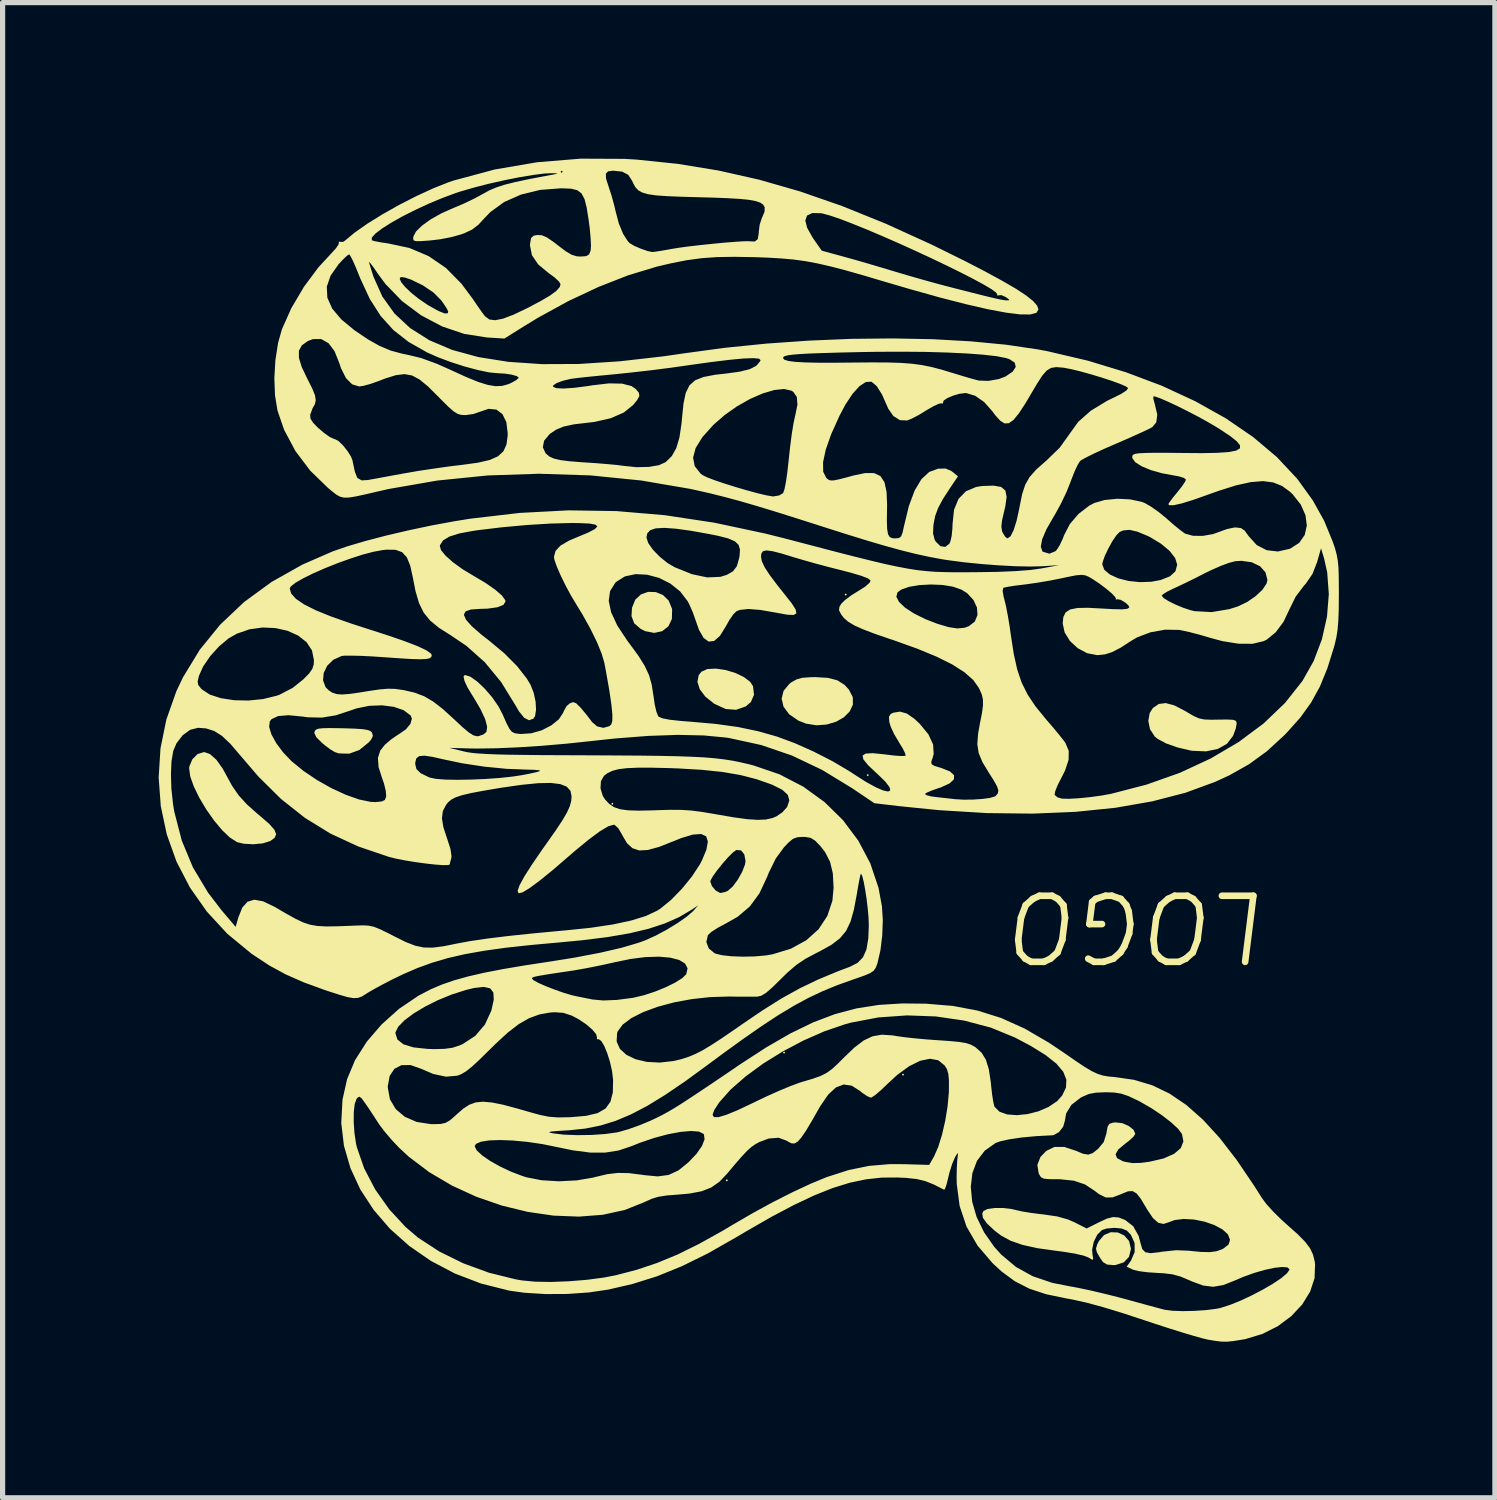
<source format=kicad_pcb>
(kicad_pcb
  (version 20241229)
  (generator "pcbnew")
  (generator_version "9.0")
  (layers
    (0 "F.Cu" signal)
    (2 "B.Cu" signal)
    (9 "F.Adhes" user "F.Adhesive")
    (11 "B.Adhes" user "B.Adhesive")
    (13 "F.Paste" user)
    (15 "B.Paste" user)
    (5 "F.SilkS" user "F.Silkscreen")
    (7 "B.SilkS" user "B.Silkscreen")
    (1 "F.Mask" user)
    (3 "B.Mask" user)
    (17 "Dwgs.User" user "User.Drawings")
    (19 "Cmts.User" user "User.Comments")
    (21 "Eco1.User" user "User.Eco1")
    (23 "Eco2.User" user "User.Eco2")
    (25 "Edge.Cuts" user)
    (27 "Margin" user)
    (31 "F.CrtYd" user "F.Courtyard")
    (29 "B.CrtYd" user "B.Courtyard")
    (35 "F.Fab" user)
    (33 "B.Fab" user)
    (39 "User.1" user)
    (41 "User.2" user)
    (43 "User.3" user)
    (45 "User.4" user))
  (footprint "LOGO"
    (layer "F.Cu")
    (at 11.494 11.449)
    (property "Reference" "LOGO" (at 7.366 3.302 180) (unlocked yes) (layer "F.SilkS") (effects (font (size 1.27 1.27) (thickness 0.127) (italic yes))))
    (attr board_only exclude_from_pos_files exclude_from_bom)
    (fp_poly (pts (xy -2.752 0.953) (xy -2.773 0.974) (xy -2.794 0.953) (xy -2.773 0.931)) (stroke (width 0) (type solid)) (fill yes) (layer "F.SilkS"))
    (fp_poly (pts (xy -0.55 8.191) (xy -0.572 8.213) (xy -0.593 8.191) (xy -0.572 8.17)) (stroke (width 0) (type solid)) (fill yes) (layer "F.SilkS"))
    (fp_poly (pts (xy 0.55 5.736) (xy 0.529 5.757) (xy 0.508 5.736) (xy 0.529 5.715)) (stroke (width 0) (type solid)) (fill yes) (layer "F.SilkS"))
    (fp_poly (pts (xy 1.736 -3.069) (xy 1.714 -3.048) (xy 1.693 -3.069) (xy 1.714 -3.09)) (stroke (width 0) (type solid)) (fill yes) (layer "F.SilkS"))
    (fp_poly (pts (xy 2.159 0.402) (xy 2.138 0.423) (xy 2.117 0.402) (xy 2.138 0.381)) (stroke (width 0) (type solid)) (fill yes) (layer "F.SilkS"))
    (fp_poly (pts (xy 2.836 6.16) (xy 2.815 6.181) (xy 2.794 6.16) (xy 2.815 6.138)) (stroke (width 0) (type solid)) (fill yes) (layer "F.SilkS"))
    (fp_poly (pts (xy -1.938 -3.117) (xy -1.8 -3.061) (xy -1.69 -2.954) (xy -1.626 -2.798) (xy -1.623 -2.781) (xy -1.628 -2.599) (xy -1.696 -2.457) (xy -1.815 -2.365) (xy -1.968 -2.332) (xy -2.141 -2.366) (xy -2.229 -2.41) (xy -2.353 -2.518) (xy -2.404 -2.655) (xy -2.394 -2.817) (xy -2.331 -2.972) (xy -2.221 -3.073) (xy -2.084 -3.121)) (stroke (width 0) (type solid)) (fill yes) (layer "F.SilkS"))
    (fp_poly (pts (xy 6.945 9.194) (xy 7.069 9.252) (xy 7.16 9.357) (xy 7.197 9.504) (xy 7.197 9.509) (xy 7.16 9.662) (xy 7.058 9.769) (xy 6.903 9.819) (xy 6.856 9.821) (xy 6.736 9.81) (xy 6.66 9.763) (xy 6.604 9.684) (xy 6.543 9.577) (xy 6.525 9.504) (xy 6.547 9.427) (xy 6.581 9.359) (xy 6.68 9.243) (xy 6.808 9.189)) (stroke (width 0) (type solid)) (fill yes) (layer "F.SilkS"))
    (fp_poly (pts (xy -0.602 -1.62) (xy -0.415 -1.565) (xy -0.248 -1.486) (xy -0.123 -1.392) (xy -0.068 -1.308) (xy -0.049 -1.143) (xy -0.109 -1.003) (xy -0.206 -0.92) (xy -0.394 -0.854) (xy -0.594 -0.869) (xy -0.808 -0.967) (xy -0.815 -0.971) (xy -0.983 -1.105) (xy -1.092 -1.249) (xy -1.137 -1.392) (xy -1.112 -1.52) (xy -1.06 -1.586) (xy -0.947 -1.637) (xy -0.787 -1.646)) (stroke (width 0) (type solid)) (fill yes) (layer "F.SilkS"))
    (fp_poly (pts (xy 1.371 -1.468) (xy 1.55 -1.422) (xy 1.688 -1.336) (xy 1.774 -1.244) (xy 1.85 -1.097) (xy 1.852 -0.954) (xy 1.792 -0.824) (xy 1.68 -0.711) (xy 1.53 -0.625) (xy 1.35 -0.571) (xy 1.154 -0.556) (xy 0.951 -0.588) (xy 0.804 -0.646) (xy 0.627 -0.768) (xy 0.519 -0.913) (xy 0.482 -1.067) (xy 0.519 -1.218) (xy 0.632 -1.354) (xy 0.674 -1.386) (xy 0.771 -1.439) (xy 0.88 -1.469) (xy 1.031 -1.48) (xy 1.13 -1.482)) (stroke (width 0) (type solid)) (fill yes) (layer "F.SilkS"))
    (fp_poly (pts (xy -8.016 -0.5) (xy -7.953 -0.499) (xy -7.73 -0.492) (xy -7.576 -0.482) (xy -7.478 -0.466) (xy -7.421 -0.444) (xy -7.393 -0.415) (xy -7.375 -0.35) (xy -7.413 -0.276) (xy -7.452 -0.231) (xy -7.635 -0.082) (xy -7.832 -0.01) (xy -8.03 -0.016) (xy -8.107 -0.041) (xy -8.188 -0.089) (xy -8.298 -0.171) (xy -8.358 -0.221) (xy -8.464 -0.328) (xy -8.501 -0.407) (xy -8.496 -0.438) (xy -8.475 -0.469) (xy -8.431 -0.489) (xy -8.35 -0.499) (xy -8.216 -0.503)) (stroke (width 0) (type solid)) (fill yes) (layer "F.SilkS"))
    (fp_poly (pts (xy -10.508 -0.003) (xy -10.385 0.106) (xy -10.264 0.275) (xy -10.204 0.385) (xy -10.083 0.607) (xy -9.955 0.792) (xy -9.799 0.963) (xy -9.594 1.146) (xy -9.538 1.192) (xy -9.369 1.339) (xy -9.269 1.452) (xy -9.235 1.538) (xy -9.264 1.608) (xy -9.351 1.67) (xy -9.354 1.671) (xy -9.494 1.714) (xy -9.676 1.731) (xy -9.858 1.721) (xy -9.984 1.691) (xy -10.121 1.605) (xy -10.273 1.461) (xy -10.429 1.274) (xy -10.579 1.061) (xy -10.712 0.838) (xy -10.818 0.621) (xy -10.887 0.427) (xy -10.908 0.271) (xy -10.905 0.238) (xy -10.846 0.097) (xy -10.745 -0.004) (xy -10.622 -0.042)) (stroke (width 0) (type solid)) (fill yes) (layer "F.SilkS"))
    (fp_poly (pts (xy 8.03 -0.939) (xy 8.237 -0.832) (xy 8.272 -0.811) (xy 8.401 -0.735) (xy 8.502 -0.69) (xy 8.605 -0.668) (xy 8.742 -0.663) (xy 8.875 -0.665) (xy 9.048 -0.667) (xy 9.153 -0.662) (xy 9.207 -0.647) (xy 9.226 -0.616) (xy 9.229 -0.586) (xy 9.211 -0.491) (xy 9.167 -0.37) (xy 9.158 -0.35) (xy 9.042 -0.2) (xy 8.866 -0.101) (xy 8.64 -0.055) (xy 8.376 -0.066) (xy 8.34 -0.072) (xy 8.093 -0.13) (xy 7.876 -0.206) (xy 7.711 -0.294) (xy 7.654 -0.341) (xy 7.564 -0.479) (xy 7.531 -0.639) (xy 7.558 -0.793) (xy 7.62 -0.889) (xy 7.733 -0.966) (xy 7.866 -0.983)) (stroke (width 0) (type solid)) (fill yes) (layer "F.SilkS"))
    (fp_poly (pts (xy -2.542 -11.445) (xy -2.307 -11.431) (xy -1.515 -11.349) (xy -0.733 -11.221) (xy 0.049 -11.045) (xy 0.84 -10.818) (xy 1.65 -10.536) (xy 2.488 -10.197) (xy 3.364 -9.798) (xy 4.004 -9.482) (xy 4.404 -9.275) (xy 4.73 -9.097) (xy 4.988 -8.947) (xy 5.181 -8.82) (xy 5.314 -8.714) (xy 5.392 -8.626) (xy 5.419 -8.553) (xy 5.419 -8.549) (xy 5.38 -8.485) (xy 5.263 -8.454) (xy 5.068 -8.455) (xy 4.796 -8.489) (xy 4.448 -8.554) (xy 4.022 -8.652) (xy 3.521 -8.781) (xy 2.943 -8.943) (xy 2.478 -9.079) (xy 2.068 -9.201) (xy 1.723 -9.299) (xy 1.429 -9.376) (xy 1.172 -9.435) (xy 0.937 -9.479) (xy 0.709 -9.51) (xy 0.474 -9.531) (xy 0.218 -9.546) (xy -0.027 -9.555) (xy -0.421 -9.562) (xy -0.754 -9.557) (xy -1.053 -9.536) (xy -1.341 -9.497) (xy -1.642 -9.438) (xy -1.926 -9.371) (xy -2.464 -9.208) (xy -3.034 -8.985) (xy -3.62 -8.71) (xy -4.203 -8.39) (xy -4.466 -8.23) (xy -4.847 -7.991) (xy -5.186 -8.012) (xy -5.62 -8.08) (xy -6.045 -8.224) (xy -6.448 -8.437) (xy -6.814 -8.71) (xy -7.131 -9.036) (xy -7.207 -9.138) (xy -6.861 -9.138) (xy -6.829 -9.07) (xy -6.752 -8.978) (xy -6.638 -8.87) (xy -6.496 -8.756) (xy -6.333 -8.644) (xy -6.289 -8.617) (xy -6.111 -8.519) (xy -5.995 -8.473) (xy -5.936 -8.478) (xy -5.927 -8.506) (xy -5.95 -8.559) (xy -6.011 -8.654) (xy -6.064 -8.728) (xy -6.21 -8.875) (xy -6.412 -9.012) (xy -6.64 -9.123) (xy -6.763 -9.165) (xy -6.842 -9.173) (xy -6.861 -9.138) (xy -7.207 -9.138) (xy -7.28 -9.237) (xy -7.362 -9.357) (xy -7.423 -9.438) (xy -7.45 -9.466) (xy -7.451 -9.465) (xy -7.438 -9.414) (xy -7.405 -9.306) (xy -7.363 -9.177) (xy -7.195 -8.8) (xy -6.96 -8.472) (xy -6.658 -8.191) (xy -6.289 -7.958) (xy -5.851 -7.772) (xy -5.346 -7.634) (xy -4.772 -7.543) (xy -4.129 -7.499) (xy -3.417 -7.502) (xy -2.635 -7.553) (xy -2.061 -7.618) (xy 0.508 -7.618) (xy 0.531 -7.586) (xy 0.606 -7.561) (xy 0.737 -7.543) (xy 0.93 -7.532) (xy 1.192 -7.526) (xy 1.529 -7.526) (xy 1.82 -7.529) (xy 2.2 -7.532) (xy 2.511 -7.531) (xy 2.768 -7.523) (xy 2.986 -7.507) (xy 3.18 -7.481) (xy 3.367 -7.443) (xy 3.561 -7.392) (xy 3.778 -7.326) (xy 3.789 -7.323) (xy 3.969 -7.268) (xy 4.129 -7.221) (xy 4.244 -7.19) (xy 4.276 -7.183) (xy 4.458 -7.177) (xy 4.656 -7.212) (xy 4.785 -7.261) (xy 4.924 -7.355) (xy 4.983 -7.446) (xy 4.962 -7.529) (xy 4.86 -7.595) (xy 4.796 -7.616) (xy 4.617 -7.651) (xy 4.363 -7.68) (xy 4.044 -7.704) (xy 3.669 -7.722) (xy 3.25 -7.734) (xy 2.794 -7.738) (xy 2.313 -7.736) (xy 2.011 -7.731) (xy 1.606 -7.722) (xy 1.278 -7.712) (xy 1.02 -7.703) (xy 0.824 -7.692) (xy 0.683 -7.68) (xy 0.588 -7.666) (xy 0.533 -7.649) (xy 0.51 -7.628) (xy 0.508 -7.618) (xy -2.061 -7.618) (xy -1.783 -7.65) (xy -1.404 -7.705) (xy -0.617 -7.812) (xy 0.192 -7.894) (xy 1.009 -7.951) (xy 1.823 -7.985) (xy 2.621 -7.993) (xy 3.391 -7.978) (xy 4.121 -7.937) (xy 4.798 -7.872) (xy 5.41 -7.782) (xy 5.594 -7.747) (xy 6.366 -7.566) (xy 7.101 -7.343) (xy 7.794 -7.082) (xy 8.437 -6.784) (xy 9.024 -6.455) (xy 9.548 -6.096) (xy 10.003 -5.712) (xy 10.383 -5.306) (xy 10.414 -5.267) (xy 10.695 -4.877) (xy 10.912 -4.486) (xy 11.077 -4.085) (xy 11.122 -3.951) (xy 11.153 -3.834) (xy 11.174 -3.717) (xy 11.187 -3.579) (xy 11.192 -3.401) (xy 11.194 -3.164) (xy 11.194 -3.069) (xy 11.192 -2.788) (xy 11.184 -2.572) (xy 11.17 -2.4) (xy 11.147 -2.252) (xy 11.114 -2.108) (xy 11.102 -2.064) (xy 10.973 -1.651) (xy 10.83 -1.301) (xy 10.661 -0.994) (xy 10.455 -0.707) (xy 10.199 -0.42) (xy 10.139 -0.359) (xy 9.809 -0.056) (xy 9.468 0.192) (xy 9.09 0.405) (xy 8.817 0.531) (xy 8.244 0.741) (xy 7.602 0.907) (xy 6.895 1.03) (xy 6.129 1.108) (xy 5.307 1.142) (xy 4.434 1.132) (xy 3.513 1.076) (xy 2.731 0.997) (xy 2.265 0.942) (xy 1.846 0.659) (xy 1.263 0.303) (xy 0.682 0.026) (xy 0.092 -0.176) (xy -0.521 -0.31) (xy -0.593 -0.321) (xy -1.014 -0.361) (xy -1.512 -0.372) (xy -2.084 -0.352) (xy -2.726 -0.302) (xy -3.171 -0.254) (xy -3.649 -0.203) (xy -4.128 -0.162) (xy -4.589 -0.132) (xy -5.012 -0.114) (xy -5.38 -0.109) (xy -5.524 -0.111) (xy -5.905 -0.122) (xy -5.63 -0.054) (xy -5.555 -0.038) (xy -5.464 -0.025) (xy -5.349 -0.014) (xy -5.202 -0.005) (xy -5.017 0.003) (xy -4.785 0.009) (xy -4.498 0.013) (xy -4.15 0.017) (xy -3.733 0.019) (xy -3.239 0.021) (xy -3.217 0.021) (xy -2.687 0.024) (xy -2.233 0.027) (xy -1.846 0.032) (xy -1.518 0.039) (xy -1.241 0.049) (xy -1.005 0.061) (xy -0.803 0.078) (xy -0.625 0.099) (xy -0.464 0.124) (xy -0.31 0.155) (xy -0.155 0.191) (xy -0.059 0.216) (xy 0.44 0.386) (xy 0.897 0.623) (xy 1.306 0.919) (xy 1.661 1.267) (xy 1.956 1.662) (xy 2.186 2.097) (xy 2.344 2.566) (xy 2.41 2.921) (xy 2.427 3.191) (xy 2.416 3.486) (xy 2.381 3.771) (xy 2.325 4.013) (xy 2.316 4.041) (xy 2.288 4.111) (xy 2.25 4.163) (xy 2.186 4.207) (xy 2.079 4.253) (xy 1.915 4.311) (xy 1.834 4.339) (xy 1.546 4.442) (xy 1.271 4.555) (xy 0.998 4.684) (xy 0.717 4.836) (xy 0.418 5.016) (xy 0.091 5.231) (xy -0.275 5.486) (xy -0.689 5.786) (xy -0.938 5.971) (xy -1.371 6.287) (xy -1.755 6.548) (xy -2.099 6.759) (xy -2.414 6.924) (xy -2.711 7.049) (xy -2.999 7.138) (xy -3.289 7.196) (xy -3.591 7.228) (xy -3.637 7.231) (xy -3.829 7.243) (xy -3.943 7.253) (xy -3.987 7.264) (xy -3.969 7.276) (xy -3.916 7.288) (xy -3.709 7.313) (xy -3.45 7.323) (xy -3.172 7.319) (xy -2.906 7.301) (xy -2.684 7.27) (xy -2.645 7.261) (xy -2.466 7.21) (xy -2.253 7.134) (xy -2.047 7.049) (xy -2.011 7.032) (xy -1.906 6.982) (xy -1.808 6.933) (xy -1.805 6.931) (xy -0.846 6.931) (xy -0.82 6.976) (xy -0.732 6.977) (xy -0.581 6.932) (xy -0.364 6.843) (xy -0.078 6.708) (xy -0.038 6.688) (xy 0.197 6.576) (xy 0.432 6.471) (xy 0.646 6.382) (xy 0.815 6.319) (xy 0.864 6.303) (xy 1.076 6.24) (xy 1.229 6.186) (xy 1.347 6.127) (xy 1.452 6.051) (xy 1.567 5.945) (xy 1.675 5.836) (xy 1.883 5.637) (xy 2.063 5.501) (xy 2.232 5.422) (xy 2.409 5.392) (xy 2.611 5.405) (xy 2.709 5.421) (xy 2.843 5.44) (xy 3.035 5.461) (xy 3.261 5.482) (xy 3.496 5.499) (xy 3.503 5.499) (xy 3.74 5.516) (xy 3.91 5.533) (xy 4.03 5.554) (xy 4.118 5.583) (xy 4.191 5.622) (xy 4.211 5.635) (xy 4.325 5.737) (xy 4.408 5.872) (xy 4.465 6.056) (xy 4.503 6.305) (xy 4.509 6.371) (xy 4.528 6.54) (xy 4.55 6.681) (xy 4.571 6.769) (xy 4.576 6.778) (xy 4.669 6.872) (xy 4.817 6.925) (xy 5.003 6.939) (xy 5.209 6.918) (xy 5.419 6.865) (xy 5.613 6.781) (xy 5.776 6.671) (xy 5.874 6.563) (xy 5.948 6.409) (xy 5.956 6.257) (xy 5.896 6.105) (xy 5.764 5.948) (xy 5.557 5.784) (xy 5.273 5.608) (xy 4.965 5.445) (xy 4.501 5.255) (xy 3.989 5.12) (xy 3.446 5.041) (xy 2.892 5.021) (xy 2.342 5.06) (xy 1.815 5.16) (xy 1.701 5.191) (xy 1.304 5.327) (xy 0.899 5.505) (xy 0.502 5.715) (xy 0.126 5.948) (xy -0.211 6.195) (xy -0.497 6.445) (xy -0.715 6.69) (xy -0.726 6.706) (xy -0.814 6.841) (xy -0.846 6.931) (xy -1.805 6.931) (xy -1.707 6.878) (xy -1.595 6.812) (xy -1.463 6.73) (xy -1.303 6.626) (xy -1.105 6.495) (xy -0.86 6.331) (xy -0.561 6.129) (xy -0.315 5.961) (xy 0.189 5.634) (xy 0.652 5.367) (xy 1.086 5.156) (xy 1.505 4.997) (xy 1.923 4.886) (xy 2.352 4.819) (xy 2.805 4.791) (xy 3.26 4.796) (xy 3.775 4.839) (xy 4.251 4.929) (xy 4.705 5.072) (xy 5.155 5.275) (xy 5.616 5.543) (xy 5.904 5.736) (xy 6.132 5.894) (xy 6.307 6.011) (xy 6.444 6.092) (xy 6.556 6.145) (xy 6.661 6.178) (xy 6.771 6.196) (xy 6.893 6.207) (xy 7.259 6.26) (xy 7.606 6.364) (xy 7.939 6.524) (xy 8.262 6.743) (xy 8.582 7.026) (xy 8.903 7.377) (xy 9.23 7.8) (xy 9.569 8.301) (xy 9.716 8.533) (xy 9.802 8.649) (xy 9.935 8.795) (xy 10.092 8.95) (xy 10.199 9.046) (xy 10.4 9.225) (xy 10.543 9.37) (xy 10.639 9.496) (xy 10.697 9.618) (xy 10.73 9.751) (xy 10.737 9.807) (xy 10.727 10.072) (xy 10.641 10.332) (xy 10.489 10.579) (xy 10.28 10.802) (xy 10.023 10.994) (xy 9.726 11.144) (xy 9.4 11.243) (xy 9.313 11.258) (xy 9.152 11.283) (xy 9.038 11.294) (xy 8.935 11.292) (xy 8.809 11.276) (xy 8.682 11.255) (xy 8.578 11.231) (xy 8.408 11.183) (xy 8.186 11.117) (xy 7.927 11.036) (xy 7.645 10.944) (xy 7.455 10.881) (xy 7.023 10.739) (xy 6.657 10.628) (xy 6.346 10.544) (xy 6.078 10.484) (xy 5.952 10.461) (xy 5.567 10.381) (xy 5.245 10.275) (xy 4.966 10.132) (xy 4.709 9.943) (xy 4.54 9.787) (xy 4.248 9.446) (xy 4.036 9.08) (xy 3.904 8.685) (xy 3.856 8.317) (xy 4.118 8.317) (xy 4.145 8.601) (xy 4.23 8.895) (xy 4.372 9.188) (xy 4.57 9.471) (xy 4.706 9.621) (xy 4.987 9.857) (xy 5.311 10.036) (xy 5.687 10.163) (xy 5.99 10.223) (xy 6.185 10.259) (xy 6.434 10.312) (xy 6.71 10.377) (xy 6.986 10.447) (xy 7.091 10.475) (xy 7.324 10.539) (xy 7.532 10.596) (xy 7.702 10.642) (xy 7.815 10.672) (xy 7.853 10.681) (xy 7.997 10.699) (xy 8.197 10.706) (xy 8.422 10.701) (xy 8.644 10.686) (xy 8.833 10.662) (xy 8.913 10.646) (xy 9.099 10.587) (xy 9.308 10.503) (xy 9.525 10.401) (xy 9.737 10.29) (xy 9.929 10.178) (xy 10.087 10.072) (xy 10.196 9.98) (xy 10.244 9.911) (xy 10.245 9.903) (xy 10.208 9.866) (xy 10.107 9.857) (xy 9.957 9.873) (xy 9.771 9.913) (xy 9.566 9.972) (xy 9.355 10.048) (xy 9.202 10.114) (xy 8.974 10.204) (xy 8.779 10.238) (xy 8.585 10.214) (xy 8.365 10.133) (xy 8.324 10.114) (xy 8.15 10.041) (xy 7.992 9.998) (xy 7.811 9.977) (xy 7.694 9.971) (xy 7.515 9.959) (xy 7.355 9.938) (xy 7.244 9.912) (xy 7.23 9.906) (xy 7.115 9.851) (xy 7.198 9.735) (xy 7.269 9.569) (xy 7.267 9.395) (xy 7.195 9.237) (xy 7.116 9.156) (xy 7.015 9.117) (xy 6.874 9.105) (xy 6.73 9.118) (xy 6.64 9.147) (xy 6.55 9.236) (xy 6.482 9.374) (xy 6.451 9.526) (xy 6.458 9.618) (xy 6.473 9.704) (xy 6.454 9.719) (xy 6.383 9.677) (xy 6.381 9.675) (xy 6.287 9.639) (xy 6.123 9.601) (xy 5.901 9.565) (xy 5.742 9.544) (xy 5.393 9.495) (xy 5.114 9.433) (xy 4.888 9.355) (xy 4.703 9.255) (xy 4.579 9.161) (xy 4.43 9.021) (xy 4.351 8.911) (xy 4.339 8.826) (xy 4.363 8.781) (xy 4.439 8.743) (xy 4.571 8.724) (xy 4.734 8.723) (xy 4.901 8.743) (xy 4.996 8.765) (xy 5.107 8.79) (xy 5.272 8.817) (xy 5.46 8.841) (xy 5.514 8.847) (xy 5.777 8.885) (xy 5.987 8.944) (xy 6.115 9) (xy 6.346 9.117) (xy 6.571 9.004) (xy 6.734 8.928) (xy 6.856 8.897) (xy 6.963 8.906) (xy 7.086 8.954) (xy 7.086 8.954) (xy 7.24 9.073) (xy 7.344 9.258) (xy 7.383 9.404) (xy 7.415 9.514) (xy 7.474 9.574) (xy 7.575 9.592) (xy 7.736 9.574) (xy 7.797 9.563) (xy 8.067 9.535) (xy 8.309 9.545) (xy 8.541 9.568) (xy 8.711 9.572) (xy 8.84 9.555) (xy 8.949 9.517) (xy 8.97 9.506) (xy 9.073 9.427) (xy 9.102 9.336) (xy 9.062 9.231) (xy 8.956 9.134) (xy 8.8 9.051) (xy 8.612 8.986) (xy 8.41 8.945) (xy 8.212 8.934) (xy 8.034 8.956) (xy 7.937 8.993) (xy 7.823 9.03) (xy 7.721 9.007) (xy 7.621 8.918) (xy 7.511 8.756) (xy 7.489 8.718) (xy 7.387 8.547) (xy 7.305 8.443) (xy 7.228 8.398) (xy 7.14 8.403) (xy 7.024 8.449) (xy 7.004 8.459) (xy 6.843 8.52) (xy 6.713 8.521) (xy 6.583 8.457) (xy 6.504 8.396) (xy 6.315 8.271) (xy 6.102 8.199) (xy 5.84 8.171) (xy 5.778 8.17) (xy 5.619 8.169) (xy 5.523 8.159) (xy 5.469 8.133) (xy 5.437 8.085) (xy 5.422 8.051) (xy 5.398 7.894) (xy 5.457 7.743) (xy 5.569 7.626) (xy 5.727 7.55) (xy 5.914 7.549) (xy 6.132 7.621) (xy 6.277 7.681) (xy 6.377 7.697) (xy 6.461 7.669) (xy 6.559 7.592) (xy 6.568 7.584) (xy 6.674 7.456) (xy 6.724 7.297) (xy 6.727 7.278) (xy 6.748 7.161) (xy 6.782 7.105) (xy 6.852 7.083) (xy 6.903 7.078) (xy 7.029 7.092) (xy 7.152 7.145) (xy 7.246 7.219) (xy 7.281 7.297) (xy 7.249 7.349) (xy 7.166 7.426) (xy 7.091 7.484) (xy 6.955 7.597) (xy 6.901 7.69) (xy 6.929 7.764) (xy 7.037 7.822) (xy 7.08 7.835) (xy 7.225 7.86) (xy 7.39 7.856) (xy 7.554 7.834) (xy 7.826 7.771) (xy 8.027 7.682) (xy 8.155 7.572) (xy 8.206 7.443) (xy 8.178 7.301) (xy 8.105 7.202) (xy 7.972 7.079) (xy 7.797 6.943) (xy 7.596 6.808) (xy 7.385 6.686) (xy 7.326 6.655) (xy 7.151 6.573) (xy 7.014 6.526) (xy 6.88 6.504) (xy 6.714 6.498) (xy 6.712 6.498) (xy 6.525 6.506) (xy 6.386 6.532) (xy 6.26 6.587) (xy 6.229 6.604) (xy 6.052 6.741) (xy 5.951 6.906) (xy 5.927 7.046) (xy 5.894 7.162) (xy 5.813 7.265) (xy 5.711 7.322) (xy 5.683 7.326) (xy 5.378 7.342) (xy 5.098 7.368) (xy 4.86 7.403) (xy 4.68 7.443) (xy 4.595 7.474) (xy 4.387 7.621) (xy 4.238 7.816) (xy 4.149 8.052) (xy 4.118 8.317) (xy 3.856 8.317) (xy 3.848 8.258) (xy 3.846 8.146) (xy 3.849 7.969) (xy 3.857 7.814) (xy 3.869 7.71) (xy 3.872 7.694) (xy 3.871 7.666) (xy 3.839 7.707) (xy 3.816 7.747) (xy 3.761 7.874) (xy 3.709 8.04) (xy 3.684 8.141) (xy 3.653 8.269) (xy 3.624 8.352) (xy 3.605 8.372) (xy 3.406 8.271) (xy 3.24 8.205) (xy 3.075 8.166) (xy 2.878 8.145) (xy 2.709 8.137) (xy 2.408 8.139) (xy 2.106 8.172) (xy 1.794 8.237) (xy 1.465 8.339) (xy 1.109 8.481) (xy 0.717 8.666) (xy 0.28 8.897) (xy -0.209 9.178) (xy -0.407 9.295) (xy -0.939 9.598) (xy -1.435 9.842) (xy -1.912 10.036) (xy -2.388 10.185) (xy -2.85 10.292) (xy -3.225 10.347) (xy -3.639 10.376) (xy -4.06 10.378) (xy -4.459 10.353) (xy -4.755 10.312) (xy -5.295 10.176) (xy -5.8 9.983) (xy -6.263 9.739) (xy -6.68 9.45) (xy -7.048 9.122) (xy -7.361 8.759) (xy -7.616 8.369) (xy -7.807 7.957) (xy -7.932 7.527) (xy -7.984 7.087) (xy -7.983 7.074) (xy -7.744 7.074) (xy -7.73 7.283) (xy -7.7 7.484) (xy -7.683 7.558) (xy -7.542 7.964) (xy -7.331 8.367) (xy -7.062 8.748) (xy -6.748 9.088) (xy -6.509 9.292) (xy -6.102 9.558) (xy -5.638 9.787) (xy -5.14 9.969) (xy -4.63 10.095) (xy -4.508 10.116) (xy -4.256 10.14) (xy -3.947 10.145) (xy -3.607 10.132) (xy -3.262 10.104) (xy -2.938 10.061) (xy -2.709 10.017) (xy -2.302 9.911) (xy -1.912 9.78) (xy -1.519 9.618) (xy -1.108 9.415) (xy -0.66 9.166) (xy -0.445 9.038) (xy -0.068 8.819) (xy 0.317 8.609) (xy 0.693 8.419) (xy 1.04 8.257) (xy 1.338 8.134) (xy 1.356 8.127) (xy 1.771 7.994) (xy 2.161 7.914) (xy 2.561 7.88) (xy 2.834 7.881) (xy 3.319 7.895) (xy 3.415 7.726) (xy 3.492 7.55) (xy 3.565 7.316) (xy 3.627 7.047) (xy 3.672 6.77) (xy 3.696 6.51) (xy 3.698 6.449) (xy 3.698 6.264) (xy 3.686 6.141) (xy 3.659 6.053) (xy 3.615 5.983) (xy 3.494 5.884) (xy 3.336 5.854) (xy 3.146 5.893) (xy 2.933 5.998) (xy 2.703 6.166) (xy 2.523 6.332) (xy 2.397 6.453) (xy 2.289 6.546) (xy 2.214 6.597) (xy 2.196 6.602) (xy 2.13 6.575) (xy 2.033 6.51) (xy 1.991 6.475) (xy 1.83 6.372) (xy 1.675 6.349) (xy 1.525 6.406) (xy 1.376 6.545) (xy 1.224 6.767) (xy 1.208 6.795) (xy 1.062 7.051) (xy 0.949 7.24) (xy 0.86 7.37) (xy 0.789 7.449) (xy 0.728 7.483) (xy 0.67 7.48) (xy 0.607 7.448) (xy 0.584 7.432) (xy 0.426 7.373) (xy 0.234 7.388) (xy 0.058 7.453) (xy -0.023 7.497) (xy -0.099 7.55) (xy -0.182 7.624) (xy -0.283 7.732) (xy -0.416 7.884) (xy -0.565 8.062) (xy -0.714 8.219) (xy -0.871 8.329) (xy -1.057 8.402) (xy -1.29 8.446) (xy -1.503 8.465) (xy -1.722 8.482) (xy -1.884 8.507) (xy -2.015 8.546) (xy -2.143 8.604) (xy -2.152 8.609) (xy -2.532 8.761) (xy -2.958 8.854) (xy -3.418 8.889) (xy -3.903 8.87) (xy -4.4 8.798) (xy -4.899 8.676) (xy -5.388 8.507) (xy -5.856 8.292) (xy -6.292 8.035) (xy -6.685 7.738) (xy -6.867 7.57) (xy -6.899 7.536) (xy -5.419 7.536) (xy -5.381 7.614) (xy -5.278 7.71) (xy -5.124 7.817) (xy -4.934 7.924) (xy -4.723 8.024) (xy -4.505 8.107) (xy -4.424 8.133) (xy -4.133 8.19) (xy -3.8 8.21) (xy -3.46 8.193) (xy -3.146 8.14) (xy -3.101 8.128) (xy -2.871 8.073) (xy -2.667 8.049) (xy -2.455 8.053) (xy -2.2 8.085) (xy -2.156 8.092) (xy -1.9 8.116) (xy -1.69 8.088) (xy -1.502 8.001) (xy -1.311 7.847) (xy -1.154 7.682) (xy -1.048 7.529) (xy -0.999 7.401) (xy -1.012 7.308) (xy -1.018 7.3) (xy -1.105 7.255) (xy -1.257 7.243) (xy -1.459 7.26) (xy -1.7 7.305) (xy -1.964 7.375) (xy -2.24 7.469) (xy -2.405 7.535) (xy -2.652 7.618) (xy -2.913 7.659) (xy -3.202 7.658) (xy -3.537 7.614) (xy -3.831 7.553) (xy -4.122 7.494) (xy -4.41 7.452) (xy -4.684 7.426) (xy -4.93 7.417) (xy -5.139 7.424) (xy -5.297 7.449) (xy -5.394 7.491) (xy -5.419 7.536) (xy -6.899 7.536) (xy -7.01 7.419) (xy -7.148 7.257) (xy -7.254 7.117) (xy -7.271 7.091) (xy -7.37 6.938) (xy -7.472 6.784) (xy -7.52 6.715) (xy -7.59 6.618) (xy -7.634 6.583) (xy -7.669 6.601) (xy -7.69 6.627) (xy -7.725 6.724) (xy -7.743 6.88) (xy -7.744 7.074) (xy -7.983 7.074) (xy -7.96 6.642) (xy -7.908 6.409) (xy -7.089 6.409) (xy -7.048 6.634) (xy -6.936 6.823) (xy -6.762 6.97) (xy -6.534 7.069) (xy -6.262 7.111) (xy -6.211 7.112) (xy -6.075 7.108) (xy -5.979 7.087) (xy -5.893 7.037) (xy -5.784 6.942) (xy -5.757 6.917) (xy -5.636 6.812) (xy -5.522 6.738) (xy -5.4 6.694) (xy -5.26 6.68) (xy -5.087 6.695) (xy -4.869 6.739) (xy -4.593 6.813) (xy -4.368 6.878) (xy -4.158 6.936) (xy -3.99 6.969) (xy -3.823 6.982) (xy -3.62 6.979) (xy -3.564 6.977) (xy -3.272 6.951) (xy -3.055 6.899) (xy -2.903 6.811) (xy -2.809 6.681) (xy -2.763 6.502) (xy -2.758 6.264) (xy -2.759 6.249) (xy -2.779 6.086) (xy -2.818 5.914) (xy -2.87 5.749) (xy -2.927 5.61) (xy -2.979 5.523) (xy -2.69 5.523) (xy -2.627 5.664) (xy -2.502 5.779) (xy -2.325 5.864) (xy -2.108 5.915) (xy -1.862 5.928) (xy -1.595 5.898) (xy -1.436 5.86) (xy -1.306 5.817) (xy -1.177 5.763) (xy -1.037 5.692) (xy -0.874 5.594) (xy -0.674 5.464) (xy -0.425 5.294) (xy -0.288 5.198) (xy 0.117 4.923) (xy 0.482 4.694) (xy 0.83 4.501) (xy 1.182 4.332) (xy 1.561 4.174) (xy 1.793 4.087) (xy 1.941 4.012) (xy 2.046 3.904) (xy 2.113 3.752) (xy 2.148 3.542) (xy 2.158 3.293) (xy 2.153 3.143) (xy 2.137 2.966) (xy 2.115 2.781) (xy 2.088 2.604) (xy 2.06 2.453) (xy 2.033 2.346) (xy 2.01 2.3) (xy 2.003 2.301) (xy 1.99 2.347) (xy 1.968 2.457) (xy 1.94 2.611) (xy 1.927 2.693) (xy 1.871 2.99) (xy 1.806 3.219) (xy 1.721 3.397) (xy 1.603 3.539) (xy 1.441 3.663) (xy 1.224 3.784) (xy 1.143 3.825) (xy 0.937 3.934) (xy 0.764 4.051) (xy 0.592 4.199) (xy 0.461 4.328) (xy 0.301 4.485) (xy 0.183 4.587) (xy 0.093 4.642) (xy 0.019 4.66) (xy 0.017 4.66) (xy -0.078 4.661) (xy -0.232 4.661) (xy -0.42 4.66) (xy -0.529 4.658) (xy -0.89 4.669) (xy -1.246 4.708) (xy -1.587 4.771) (xy -1.901 4.855) (xy -2.178 4.957) (xy -2.405 5.072) (xy -2.573 5.197) (xy -2.67 5.329) (xy -2.681 5.361) (xy -2.69 5.523) (xy -2.979 5.523) (xy -2.984 5.514) (xy -3.034 5.478) (xy -3.047 5.481) (xy -3.072 5.476) (xy -3.067 5.448) (xy -3.083 5.383) (xy -3.158 5.293) (xy -3.274 5.193) (xy -3.415 5.098) (xy -3.55 5.026) (xy -3.714 4.972) (xy -3.882 4.96) (xy -3.97 4.966) (xy -4.176 5.003) (xy -4.371 5.074) (xy -4.569 5.187) (xy -4.782 5.351) (xy -5.024 5.574) (xy -5.129 5.678) (xy -5.322 5.868) (xy -5.47 6.005) (xy -5.586 6.097) (xy -5.681 6.153) (xy -5.753 6.18) (xy -5.97 6.199) (xy -6.215 6.147) (xy -6.443 6.049) (xy -6.65 5.976) (xy -6.825 5.977) (xy -6.962 6.048) (xy -7.053 6.184) (xy -7.089 6.381) (xy -7.089 6.409) (xy -7.908 6.409) (xy -7.871 6.245) (xy -7.719 5.882) (xy -7.493 5.527) (xy -7.353 5.363) (xy -6.943 5.363) (xy -6.904 5.485) (xy -6.789 5.576) (xy -6.595 5.636) (xy -6.324 5.665) (xy -6.202 5.669) (xy -5.999 5.664) (xy -5.846 5.643) (xy -5.708 5.598) (xy -5.649 5.572) (xy -5.408 5.415) (xy -5.222 5.197) (xy -5.099 4.93) (xy -5.096 4.918) (xy -5.052 4.72) (xy -5.059 4.582) (xy -5.121 4.501) (xy -5.243 4.473) (xy -5.43 4.494) (xy -5.592 4.533) (xy -5.864 4.621) (xy -6.13 4.73) (xy -6.377 4.854) (xy -6.594 4.985) (xy -6.768 5.115) (xy -6.888 5.238) (xy -6.941 5.345) (xy -6.943 5.363) (xy -7.353 5.363) (xy -7.207 5.194) (xy -6.873 4.895) (xy -6.501 4.643) (xy -6.265 4.52) (xy -6.054 4.43) (xy -5.821 4.349) (xy -5.696 4.314) (xy -4.318 4.314) (xy -4.281 4.349) (xy -4.182 4.402) (xy -4.04 4.464) (xy -3.874 4.528) (xy -3.703 4.588) (xy -3.547 4.634) (xy -3.471 4.651) (xy -3.325 4.681) (xy -3.203 4.705) (xy -3.154 4.715) (xy -2.946 4.734) (xy -2.682 4.723) (xy -2.385 4.684) (xy -2.362 4.68) (xy -2.164 4.633) (xy -1.953 4.564) (xy -1.747 4.48) (xy -1.566 4.391) (xy -1.429 4.305) (xy -1.353 4.231) (xy -1.352 4.229) (xy -1.326 4.116) (xy -1.374 4.024) (xy -1.487 3.956) (xy -1.658 3.911) (xy -1.877 3.892) (xy -2.137 3.9) (xy -2.429 3.937) (xy -2.709 3.995) (xy -2.959 4.051) (xy -3.242 4.108) (xy -3.51 4.156) (xy -3.598 4.169) (xy -3.859 4.208) (xy -4.048 4.237) (xy -4.177 4.259) (xy -4.256 4.275) (xy -4.298 4.288) (xy -4.315 4.301) (xy -4.318 4.314) (xy -5.696 4.314) (xy -5.553 4.274) (xy -5.242 4.202) (xy -4.876 4.131) (xy -4.444 4.058) (xy -4.063 4) (xy -3.492 3.909) (xy -3.004 3.816) (xy -2.596 3.721) (xy -2.266 3.624) (xy -2.234 3.612) (xy -0.965 3.612) (xy -0.918 3.734) (xy -0.806 3.826) (xy -0.792 3.832) (xy -0.667 3.864) (xy -0.482 3.884) (xy -0.263 3.892) (xy -0.034 3.887) (xy 0.18 3.868) (xy 0.305 3.847) (xy 0.66 3.739) (xy 0.957 3.576) (xy 1.192 3.365) (xy 1.36 3.11) (xy 1.458 2.817) (xy 1.481 2.566) (xy 1.466 2.289) (xy 1.413 2.068) (xy 1.316 1.88) (xy 1.226 1.765) (xy 1.125 1.661) (xy 1.04 1.608) (xy 0.941 1.591) (xy 0.889 1.589) (xy 0.783 1.596) (xy 0.7 1.627) (xy 0.615 1.697) (xy 0.525 1.792) (xy 0.37 2.004) (xy 0.234 2.28) (xy 0.204 2.357) (xy 0.055 2.675) (xy -0.129 2.926) (xy -0.363 3.125) (xy -0.605 3.262) (xy -0.751 3.34) (xy -0.869 3.416) (xy -0.934 3.477) (xy -0.937 3.482) (xy -0.965 3.612) (xy -2.234 3.612) (xy -2.133 3.575) (xy -1.934 3.485) (xy -1.721 3.37) (xy -1.515 3.244) (xy -1.34 3.121) (xy -1.217 3.014) (xy -1.205 3) (xy -1.122 2.905) (xy -1.249 2.99) (xy -1.49 3.132) (xy -1.763 3.253) (xy -2.077 3.356) (xy -2.442 3.443) (xy -2.867 3.516) (xy -3.36 3.577) (xy -3.789 3.618) (xy -4.341 3.668) (xy -4.819 3.72) (xy -5.236 3.778) (xy -5.603 3.843) (xy -5.931 3.918) (xy -6.231 4.006) (xy -6.516 4.109) (xy -6.796 4.23) (xy -7.027 4.342) (xy -7.201 4.433) (xy -7.361 4.52) (xy -7.481 4.59) (xy -7.514 4.612) (xy -7.589 4.658) (xy -7.662 4.684) (xy -7.747 4.689) (xy -7.86 4.67) (xy -8.017 4.625) (xy -8.235 4.555) (xy -8.303 4.532) (xy -8.706 4.385) (xy -9.051 4.233) (xy -9.365 4.062) (xy -9.674 3.859) (xy -9.714 3.831) (xy -10.173 3.453) (xy -10.566 3.027) (xy -10.893 2.562) (xy -11.151 2.064) (xy -11.338 1.541) (xy -11.453 0.999) (xy -11.494 0.446) (xy -11.49 0.386) (xy -11.258 0.386) (xy -11.249 0.669) (xy -11.218 0.958) (xy -11.194 1.103) (xy -11.05 1.659) (xy -10.835 2.176) (xy -10.544 2.662) (xy -10.281 3.004) (xy -10.014 3.319) (xy -9.961 3.135) (xy -9.886 2.948) (xy -9.786 2.836) (xy -9.656 2.797) (xy -9.487 2.828) (xy -9.275 2.929) (xy -9.25 2.943) (xy -9.031 3.071) (xy -8.859 3.166) (xy -8.715 3.234) (xy -8.582 3.278) (xy -8.441 3.302) (xy -8.275 3.311) (xy -8.064 3.308) (xy -7.793 3.298) (xy -7.705 3.294) (xy -7.563 3.29) (xy -7.455 3.296) (xy -7.355 3.318) (xy -7.241 3.363) (xy -7.091 3.436) (xy -6.964 3.501) (xy -6.743 3.611) (xy -6.562 3.681) (xy -6.396 3.716) (xy -6.222 3.718) (xy -6.013 3.691) (xy -5.777 3.643) (xy -5.521 3.595) (xy -5.191 3.546) (xy -4.786 3.496) (xy -4.301 3.445) (xy -3.735 3.392) (xy -3.683 3.388) (xy -3.184 3.336) (xy -2.764 3.273) (xy -2.417 3.199) (xy -2.137 3.113) (xy -1.919 3.012) (xy -1.847 2.967) (xy -1.644 2.801) (xy -1.434 2.586) (xy -1.32 2.446) (xy -0.889 2.446) (xy -0.858 2.535) (xy -0.786 2.62) (xy -0.703 2.666) (xy -0.689 2.667) (xy -0.603 2.648) (xy -0.552 2.626) (xy -0.46 2.545) (xy -0.362 2.414) (xy -0.277 2.262) (xy -0.222 2.12) (xy -0.212 2.051) (xy -0.236 1.924) (xy -0.298 1.849) (xy -0.386 1.841) (xy -0.393 1.844) (xy -0.457 1.891) (xy -0.55 1.984) (xy -0.656 2.105) (xy -0.758 2.232) (xy -0.84 2.346) (xy -0.885 2.428) (xy -0.889 2.446) (xy -1.32 2.446) (xy -1.241 2.348) (xy -1.089 2.116) (xy -1.053 2.049) (xy -0.964 1.835) (xy -0.936 1.678) (xy -0.969 1.578) (xy -1.065 1.534) (xy -1.224 1.545) (xy -1.447 1.612) (xy -1.601 1.674) (xy -1.875 1.782) (xy -2.089 1.841) (xy -2.256 1.85) (xy -2.385 1.807) (xy -2.49 1.711) (xy -2.58 1.559) (xy -2.587 1.544) (xy -2.659 1.422) (xy -2.728 1.359) (xy -2.748 1.355) (xy -2.851 1.386) (xy -3.009 1.48) (xy -3.219 1.635) (xy -3.481 1.85) (xy -3.619 1.969) (xy -3.926 2.233) (xy -4.175 2.435) (xy -4.366 2.576) (xy -4.499 2.656) (xy -4.575 2.673) (xy -4.594 2.628) (xy -4.557 2.521) (xy -4.464 2.35) (xy -4.315 2.117) (xy -4.112 1.821) (xy -4.036 1.714) (xy -3.862 1.467) (xy -3.734 1.274) (xy -3.646 1.123) (xy -3.591 1.002) (xy -3.563 0.899) (xy -3.556 0.808) (xy -3.578 0.702) (xy -3.619 0.657) (xy -3 0.657) (xy -2.956 0.802) (xy -2.914 0.867) (xy -2.834 0.954) (xy -2.742 1.017) (xy -2.626 1.057) (xy -2.469 1.079) (xy -2.258 1.085) (xy -1.98 1.079) (xy -1.938 1.077) (xy -1.669 1.069) (xy -1.454 1.07) (xy -1.26 1.082) (xy -1.057 1.108) (xy -0.813 1.149) (xy -0.762 1.158) (xy -0.435 1.214) (xy -0.178 1.249) (xy 0.023 1.262) (xy 0.18 1.255) (xy 0.305 1.227) (xy 0.38 1.196) (xy 0.496 1.117) (xy 0.583 1.021) (xy 0.59 1.009) (xy 0.63 0.887) (xy 0.6 0.781) (xy 0.495 0.684) (xy 0.31 0.591) (xy 0.282 0.579) (xy -0.004 0.479) (xy -0.312 0.4) (xy -0.656 0.341) (xy -1.05 0.3) (xy -1.509 0.273) (xy -1.674 0.267) (xy -2.016 0.259) (xy -2.285 0.259) (xy -2.493 0.268) (xy -2.651 0.287) (xy -2.771 0.319) (xy -2.863 0.363) (xy -2.932 0.414) (xy -2.992 0.518) (xy -3 0.657) (xy -3.619 0.657) (xy -3.648 0.624) (xy -3.772 0.575) (xy -3.954 0.552) (xy -4.2 0.557) (xy -4.515 0.588) (xy -4.905 0.644) (xy -4.966 0.654) (xy -5.266 0.705) (xy -5.494 0.748) (xy -5.662 0.788) (xy -5.783 0.828) (xy -5.868 0.872) (xy -5.929 0.924) (xy -5.968 0.973) (xy -6.031 1.093) (xy -6.048 1.231) (xy -6.021 1.402) (xy -5.947 1.627) (xy -5.946 1.629) (xy -5.884 1.824) (xy -5.864 1.961) (xy -5.87 2.005) (xy -5.893 2.085) (xy -5.896 2.118) (xy -5.93 2.131) (xy -6.03 2.132) (xy -6.18 2.121) (xy -6.362 2.101) (xy -6.559 2.074) (xy -6.755 2.042) (xy -6.933 2.007) (xy -7.07 1.973) (xy -7.658 1.773) (xy -8.191 1.526) (xy -8.68 1.225) (xy -9.138 0.863) (xy -9.576 0.43) (xy -9.931 0.016) (xy -10.116 -0.2) (xy -10.276 -0.352) (xy -10.427 -0.447) (xy -10.582 -0.496) (xy -10.737 -0.508) (xy -10.889 -0.469) (xy -11.033 -0.364) (xy -11.151 -0.211) (xy -11.214 -0.062) (xy -11.247 0.134) (xy -11.258 0.386) (xy -11.49 0.386) (xy -11.459 -0.111) (xy -11.375 -0.525) (xy -9.37 -0.525) (xy -9.326 -0.38) (xy -9.233 -0.212) (xy -9.101 -0.035) (xy -8.938 0.135) (xy -8.71 0.321) (xy -8.449 0.497) (xy -8.172 0.653) (xy -7.896 0.78) (xy -7.639 0.871) (xy -7.418 0.916) (xy -7.324 0.92) (xy -7.205 0.908) (xy -7.146 0.88) (xy -7.123 0.822) (xy -7.12 0.801) (xy -7.129 0.7) (xy -7.163 0.56) (xy -7.195 0.471) (xy -7.266 0.248) (xy -7.27 0.191) (xy -6.562 0.191) (xy -6.538 0.286) (xy -6.459 0.364) (xy -6.311 0.437) (xy -6.276 0.451) (xy -6.162 0.474) (xy -5.982 0.488) (xy -5.752 0.492) (xy -5.491 0.488) (xy -5.215 0.476) (xy -4.943 0.457) (xy -4.691 0.43) (xy -4.515 0.403) (xy -4.356 0.373) (xy -4.232 0.345) (xy -4.164 0.324) (xy -4.159 0.32) (xy -4.184 0.308) (xy -4.275 0.3) (xy -4.412 0.296) (xy -4.412 0.296) (xy -4.804 0.281) (xy -5.234 0.239) (xy -5.66 0.174) (xy -6.003 0.102) (xy -6.229 0.051) (xy -6.386 0.028) (xy -6.486 0.037) (xy -6.54 0.078) (xy -6.56 0.154) (xy -6.562 0.191) (xy -7.27 0.191) (xy -7.279 0.073) (xy -7.234 -0.07) (xy -7.143 -0.184) (xy -7.023 -0.286) (xy -6.898 -0.372) (xy -6.871 -0.388) (xy -6.739 -0.48) (xy -6.654 -0.584) (xy -6.626 -0.684) (xy -6.649 -0.744) (xy -6.782 -0.845) (xy -6.973 -0.911) (xy -7.202 -0.94) (xy -7.449 -0.93) (xy -7.693 -0.88) (xy -7.79 -0.846) (xy -8.087 -0.748) (xy -8.355 -0.704) (xy -8.627 -0.71) (xy -8.729 -0.724) (xy -8.999 -0.75) (xy -9.198 -0.733) (xy -9.324 -0.674) (xy -9.358 -0.63) (xy -9.37 -0.525) (xy -11.375 -0.525) (xy -11.346 -0.666) (xy -11.154 -1.21) (xy -11.063 -1.401) (xy -10.745 -1.401) (xy -10.733 -1.33) (xy -10.674 -1.257) (xy -10.665 -1.248) (xy -10.512 -1.147) (xy -10.299 -1.077) (xy -10.044 -1.038) (xy -9.768 -1.032) (xy -9.489 -1.06) (xy -9.226 -1.124) (xy -9.17 -1.144) (xy -8.918 -1.275) (xy -8.715 -1.437) (xy -8.602 -1.552) (xy -8.54 -1.64) (xy -8.513 -1.726) (xy -8.509 -1.809) (xy -8.547 -1.997) (xy -8.653 -2.156) (xy -8.814 -2.282) (xy -9.017 -2.373) (xy -9.249 -2.425) (xy -9.497 -2.436) (xy -9.749 -2.401) (xy -9.991 -2.317) (xy -10.149 -2.227) (xy -10.332 -2.074) (xy -10.503 -1.885) (xy -10.639 -1.686) (xy -10.718 -1.511) (xy -10.745 -1.401) (xy -11.063 -1.401) (xy -11.026 -1.479) (xy -10.703 -2.009) (xy -10.311 -2.491) (xy -9.851 -2.926) (xy -9.495 -3.186) (xy -8.975 -3.186) (xy -8.945 -3.087) (xy -8.854 -2.986) (xy -8.698 -2.88) (xy -8.473 -2.767) (xy -8.175 -2.646) (xy -7.799 -2.514) (xy -7.493 -2.415) (xy -7.089 -2.285) (xy -6.765 -2.173) (xy -6.521 -2.079) (xy -6.354 -2.001) (xy -6.263 -1.939) (xy -6.244 -1.904) (xy -6.253 -1.869) (xy -6.286 -1.844) (xy -6.354 -1.83) (xy -6.466 -1.825) (xy -6.633 -1.83) (xy -6.865 -1.844) (xy -7.137 -1.863) (xy -7.384 -1.88) (xy -7.609 -1.891) (xy -7.796 -1.895) (xy -7.927 -1.894) (xy -7.978 -1.888) (xy -8.136 -1.816) (xy -8.253 -1.702) (xy -8.321 -1.564) (xy -8.334 -1.421) (xy -8.286 -1.291) (xy -8.228 -1.231) (xy -8.158 -1.184) (xy -8.079 -1.157) (xy -7.976 -1.148) (xy -7.833 -1.158) (xy -7.633 -1.186) (xy -7.468 -1.213) (xy -7.252 -1.245) (xy -7.089 -1.259) (xy -6.947 -1.256) (xy -6.797 -1.234) (xy -6.782 -1.232) (xy -6.573 -1.183) (xy -6.392 -1.115) (xy -6.22 -1.015) (xy -6.035 -0.872) (xy -5.818 -0.675) (xy -5.812 -0.669) (xy -5.65 -0.518) (xy -5.533 -0.42) (xy -5.448 -0.365) (xy -5.381 -0.346) (xy -5.349 -0.346) (xy -5.248 -0.381) (xy -5.193 -0.429) (xy -5.179 -0.527) (xy -5.218 -0.677) (xy -5.308 -0.87) (xy -5.443 -1.098) (xy -5.459 -1.122) (xy -5.556 -1.282) (xy -5.615 -1.41) (xy -5.633 -1.495) (xy -5.607 -1.524) (xy -5.501 -1.49) (xy -5.368 -1.396) (xy -5.225 -1.26) (xy -5.084 -1.096) (xy -4.962 -0.92) (xy -4.883 -0.769) (xy -4.808 -0.599) (xy -4.753 -0.492) (xy -4.704 -0.431) (xy -4.647 -0.403) (xy -4.567 -0.392) (xy -4.528 -0.389) (xy -4.331 -0.402) (xy -4.129 -0.46) (xy -3.946 -0.554) (xy -3.801 -0.671) (xy -3.716 -0.8) (xy -3.708 -0.824) (xy -3.652 -0.925) (xy -3.59 -0.978) (xy -3.527 -1.001) (xy -3.469 -0.98) (xy -3.393 -0.906) (xy -3.368 -0.878) (xy -3.27 -0.76) (xy -3.182 -0.646) (xy -3.162 -0.618) (xy -3.065 -0.535) (xy -2.944 -0.507) (xy -2.832 -0.538) (xy -2.793 -0.573) (xy -2.773 -0.639) (xy -2.772 -0.767) (xy -2.792 -0.964) (xy -2.831 -1.231) (xy -2.892 -1.575) (xy -2.926 -1.757) (xy -2.978 -1.934) (xy -3.071 -2.161) (xy -3.197 -2.417) (xy -3.346 -2.685) (xy -3.447 -2.85) (xy -3.506 -2.949) (xy -2.842 -2.949) (xy -2.796 -2.729) (xy -2.678 -2.475) (xy -2.485 -2.183) (xy -2.439 -2.122) (xy -2.269 -1.889) (xy -2.149 -1.696) (xy -2.067 -1.52) (xy -2.016 -1.34) (xy -1.984 -1.135) (xy -1.983 -1.131) (xy -1.958 -0.956) (xy -1.925 -0.815) (xy -1.891 -0.731) (xy -1.884 -0.723) (xy -1.814 -0.691) (xy -1.671 -0.663) (xy -1.45 -0.639) (xy -1.282 -0.626) (xy -0.789 -0.583) (xy -0.357 -0.523) (xy 0.034 -0.441) (xy 0.393 -0.339) (xy 0.729 -0.215) (xy 1.095 -0.052) (xy 1.457 0.133) (xy 1.781 0.324) (xy 1.872 0.384) (xy 2.1 0.53) (xy 2.289 0.634) (xy 2.434 0.697) (xy 2.53 0.717) (xy 2.572 0.695) (xy 2.556 0.632) (xy 2.476 0.528) (xy 2.327 0.382) (xy 2.307 0.365) (xy 2.145 0.212) (xy 2.054 0.1) (xy 2.038 0.027) (xy 2.096 -0.012) (xy 2.232 -0.02) (xy 2.447 0.001) (xy 2.499 0.008) (xy 2.659 0.027) (xy 2.786 0.035) (xy 2.857 0.032) (xy 2.864 0.028) (xy 2.856 -0.018) (xy 2.81 -0.112) (xy 2.734 -0.235) (xy 2.734 -0.237) (xy 2.647 -0.383) (xy 2.581 -0.525) (xy 2.552 -0.618) (xy 2.545 -0.72) (xy 2.578 -0.773) (xy 2.626 -0.797) (xy 2.756 -0.819) (xy 2.887 -0.783) (xy 3.033 -0.682) (xy 3.135 -0.587) (xy 3.303 -0.383) (xy 3.394 -0.187) (xy 3.405 -0.005) (xy 3.386 0.065) (xy 3.359 0.144) (xy 3.364 0.191) (xy 3.418 0.224) (xy 3.535 0.26) (xy 3.556 0.266) (xy 3.718 0.331) (xy 3.797 0.404) (xy 3.794 0.483) (xy 3.709 0.562) (xy 3.543 0.638) (xy 3.492 0.654) (xy 3.362 0.7) (xy 3.269 0.741) (xy 3.238 0.763) (xy 3.263 0.786) (xy 3.352 0.81) (xy 3.439 0.822) (xy 3.601 0.84) (xy 3.755 0.857) (xy 3.81 0.864) (xy 3.978 0.874) (xy 4.163 0.872) (xy 4.341 0.86) (xy 4.488 0.84) (xy 4.581 0.812) (xy 4.593 0.805) (xy 4.637 0.756) (xy 4.649 0.7) (xy 4.624 0.619) (xy 4.556 0.498) (xy 4.467 0.358) (xy 4.342 0.152) (xy 4.27 -0.023) (xy 4.244 -0.195) (xy 4.259 -0.396) (xy 4.29 -0.571) (xy 4.332 -0.784) (xy 4.353 -0.936) (xy 4.352 -1.051) (xy 4.33 -1.148) (xy 4.285 -1.251) (xy 4.275 -1.272) (xy 4.167 -1.425) (xy 3.999 -1.574) (xy 3.767 -1.723) (xy 3.465 -1.874) (xy 3.089 -2.029) (xy 2.634 -2.192) (xy 2.561 -2.216) (xy 2.268 -2.317) (xy 2.045 -2.402) (xy 1.88 -2.476) (xy 1.762 -2.547) (xy 1.679 -2.619) (xy 1.629 -2.683) (xy 1.585 -2.767) (xy 1.593 -2.833) (xy 1.626 -2.889) (xy 1.697 -2.961) (xy 1.785 -3.027) (xy 2.687 -3.027) (xy 2.739 -2.927) (xy 2.855 -2.817) (xy 3.027 -2.705) (xy 3.247 -2.596) (xy 3.471 -2.509) (xy 3.692 -2.443) (xy 3.86 -2.418) (xy 3.997 -2.431) (xy 4.081 -2.461) (xy 4.196 -2.551) (xy 4.247 -2.676) (xy 4.237 -2.82) (xy 4.17 -2.964) (xy 4.05 -3.094) (xy 3.972 -3.143) (xy 4.73 -3.143) (xy 4.749 -3.028) (xy 4.764 -2.973) (xy 4.795 -2.848) (xy 4.83 -2.665) (xy 4.866 -2.453) (xy 4.889 -2.286) (xy 4.945 -1.925) (xy 5.011 -1.629) (xy 5.096 -1.377) (xy 5.209 -1.15) (xy 5.357 -0.927) (xy 5.55 -0.689) (xy 5.573 -0.662) (xy 5.704 -0.51) (xy 5.82 -0.37) (xy 5.906 -0.261) (xy 5.937 -0.218) (xy 6.001 -0.066) (xy 5.999 0.107) (xy 5.931 0.313) (xy 5.86 0.454) (xy 5.788 0.594) (xy 5.742 0.71) (xy 5.729 0.779) (xy 5.73 0.783) (xy 5.785 0.829) (xy 5.871 0.854) (xy 6.004 0.857) (xy 6.192 0.847) (xy 6.41 0.825) (xy 6.63 0.795) (xy 6.816 0.761) (xy 7.498 0.584) (xy 8.139 0.357) (xy 8.731 0.082) (xy 9.269 -0.235) (xy 9.747 -0.591) (xy 10.157 -0.983) (xy 10.493 -1.407) (xy 10.495 -1.41) (xy 10.71 -1.792) (xy 10.868 -2.208) (xy 10.966 -2.643) (xy 11.001 -3.079) (xy 10.97 -3.497) (xy 10.909 -3.768) (xy 10.851 -3.958) (xy 10.775 -3.692) (xy 10.688 -3.467) (xy 10.561 -3.282) (xy 10.519 -3.235) (xy 10.364 -3.029) (xy 10.247 -2.792) (xy 10.247 -2.791) (xy 10.13 -2.545) (xy 9.98 -2.344) (xy 9.811 -2.205) (xy 9.749 -2.174) (xy 9.536 -2.123) (xy 9.267 -2.124) (xy 8.955 -2.174) (xy 8.711 -2.24) (xy 8.514 -2.298) (xy 8.322 -2.348) (xy 8.166 -2.382) (xy 8.119 -2.39) (xy 7.854 -2.394) (xy 7.574 -2.344) (xy 7.318 -2.248) (xy 7.203 -2.18) (xy 6.999 -2.048) (xy 6.837 -1.964) (xy 6.697 -1.919) (xy 6.558 -1.905) (xy 6.549 -1.905) (xy 6.357 -1.941) (xy 6.176 -2.037) (xy 6.025 -2.176) (xy 5.922 -2.342) (xy 5.885 -2.515) (xy 5.898 -2.639) (xy 5.942 -2.727) (xy 6.029 -2.783) (xy 6.168 -2.811) (xy 6.37 -2.815) (xy 6.6 -2.803) (xy 6.85 -2.789) (xy 7.023 -2.785) (xy 7.126 -2.795) (xy 7.166 -2.82) (xy 7.149 -2.861) (xy 7.092 -2.913) (xy 7.002 -2.967) (xy 6.933 -2.98) (xy 6.927 -2.977) (xy 6.901 -2.971) (xy 6.91 -2.984) (xy 6.894 -3.023) (xy 6.871 -3.047) (xy 7.789 -3.047) (xy 7.826 -3.002) (xy 7.922 -2.942) (xy 8.055 -2.876) (xy 8.205 -2.814) (xy 8.349 -2.767) (xy 8.421 -2.75) (xy 8.747 -2.732) (xy 9.089 -2.789) (xy 9.256 -2.842) (xy 9.434 -2.928) (xy 9.596 -3.04) (xy 9.726 -3.163) (xy 9.805 -3.282) (xy 9.821 -3.35) (xy 9.783 -3.498) (xy 9.678 -3.614) (xy 9.519 -3.69) (xy 9.32 -3.718) (xy 9.202 -3.71) (xy 9.083 -3.679) (xy 8.918 -3.618) (xy 8.731 -3.535) (xy 8.624 -3.483) (xy 8.431 -3.384) (xy 8.237 -3.289) (xy 8.074 -3.212) (xy 8.011 -3.183) (xy 7.891 -3.124) (xy 7.81 -3.073) (xy 7.789 -3.047) (xy 6.871 -3.047) (xy 6.824 -3.095) (xy 6.718 -3.185) (xy 6.591 -3.28) (xy 6.462 -3.366) (xy 6.383 -3.412) (xy 6.319 -3.439) (xy 6.248 -3.448) (xy 6.148 -3.44) (xy 6 -3.412) (xy 5.875 -3.385) (xy 5.647 -3.339) (xy 5.398 -3.297) (xy 5.174 -3.265) (xy 5.133 -3.26) (xy 4.967 -3.24) (xy 4.833 -3.219) (xy 4.754 -3.202) (xy 4.744 -3.198) (xy 4.73 -3.143) (xy 3.972 -3.143) (xy 3.939 -3.164) (xy 3.775 -3.221) (xy 3.572 -3.254) (xy 3.35 -3.263) (xy 3.13 -3.251) (xy 2.933 -3.218) (xy 2.782 -3.165) (xy 2.709 -3.111) (xy 2.687 -3.027) (xy 1.785 -3.027) (xy 1.816 -3.051) (xy 1.948 -3.133) (xy 2.09 -3.223) (xy 2.174 -3.297) (xy 2.192 -3.339) (xy 2.146 -3.378) (xy 2.019 -3.428) (xy 1.81 -3.49) (xy 1.609 -3.542) (xy 1.365 -3.604) (xy 1.118 -3.67) (xy 0.896 -3.733) (xy 0.727 -3.783) (xy 0.72 -3.785) (xy 0.479 -3.859) (xy 0.307 -3.903) (xy 0.192 -3.918) (xy 0.124 -3.903) (xy 0.092 -3.858) (xy 0.085 -3.795) (xy 0.102 -3.708) (xy 0.155 -3.595) (xy 0.252 -3.446) (xy 0.397 -3.253) (xy 0.534 -3.081) (xy 0.674 -2.903) (xy 0.752 -2.781) (xy 0.766 -2.708) (xy 0.714 -2.677) (xy 0.592 -2.682) (xy 0.397 -2.717) (xy 0.37 -2.722) (xy 0.07 -2.774) (xy -0.158 -2.792) (xy -0.321 -2.774) (xy -0.384 -2.75) (xy -0.445 -2.691) (xy -0.523 -2.579) (xy -0.593 -2.454) (xy -0.705 -2.274) (xy -0.815 -2.178) (xy -0.92 -2.165) (xy -1.018 -2.236) (xy -1.107 -2.391) (xy -1.165 -2.556) (xy -1.223 -2.721) (xy -1.295 -2.885) (xy -1.324 -2.94) (xy -1.469 -3.13) (xy -1.658 -3.281) (xy -1.875 -3.39) (xy -2.103 -3.451) (xy -2.327 -3.462) (xy -2.531 -3.418) (xy -2.697 -3.314) (xy -2.717 -3.294) (xy -2.816 -3.136) (xy -2.842 -2.949) (xy -3.506 -2.949) (xy -3.559 -3.036) (xy -3.667 -3.235) (xy -3.763 -3.431) (xy -3.839 -3.604) (xy -3.885 -3.736) (xy -3.895 -3.794) (xy -3.865 -3.907) (xy -3.771 -4.009) (xy -3.604 -4.107) (xy -3.462 -4.167) (xy -2.117 -4.167) (xy -2.083 -4.061) (xy -1.993 -3.932) (xy -1.863 -3.798) (xy -1.713 -3.676) (xy -1.575 -3.595) (xy -1.242 -3.461) (xy -0.948 -3.399) (xy -0.696 -3.41) (xy -0.574 -3.447) (xy -0.454 -3.515) (xy -0.38 -3.612) (xy -0.336 -3.763) (xy -0.326 -3.819) (xy -0.319 -3.937) (xy -0.346 -4.025) (xy -0.417 -4.093) (xy -0.544 -4.148) (xy -0.737 -4.198) (xy -0.901 -4.231) (xy -1.265 -4.296) (xy -1.555 -4.336) (xy -1.777 -4.351) (xy -1.938 -4.342) (xy -2.043 -4.307) (xy -2.101 -4.246) (xy -2.117 -4.167) (xy -3.462 -4.167) (xy -3.45 -4.172) (xy -3.24 -4.259) (xy -3.11 -4.327) (xy -3.061 -4.377) (xy -3.093 -4.412) (xy -3.209 -4.434) (xy -3.407 -4.443) (xy -3.548 -4.445) (xy -3.96 -4.434) (xy -4.421 -4.406) (xy -4.9 -4.362) (xy -5.363 -4.306) (xy -5.44 -4.295) (xy -5.711 -4.245) (xy -5.905 -4.184) (xy -6.027 -4.11) (xy -6.086 -4.018) (xy -6.089 -4.004) (xy -6.066 -3.923) (xy -5.977 -3.815) (xy -5.836 -3.69) (xy -5.652 -3.557) (xy -5.438 -3.428) (xy -5.209 -3.292) (xy -5.025 -3.164) (xy -4.896 -3.052) (xy -4.832 -2.963) (xy -4.826 -2.937) (xy -4.866 -2.871) (xy -4.982 -2.825) (xy -5.167 -2.799) (xy -5.317 -2.794) (xy -5.491 -2.782) (xy -5.595 -2.746) (xy -5.627 -2.681) (xy -5.587 -2.587) (xy -5.474 -2.46) (xy -5.287 -2.297) (xy -5.139 -2.182) (xy -4.85 -1.941) (xy -4.605 -1.695) (xy -4.419 -1.458) (xy -4.344 -1.333) (xy -4.284 -1.179) (xy -4.248 -1.012) (xy -4.239 -0.855) (xy -4.258 -0.733) (xy -4.29 -0.683) (xy -4.374 -0.653) (xy -4.466 -0.699) (xy -4.568 -0.825) (xy -4.634 -0.939) (xy -4.912 -1.39) (xy -5.225 -1.769) (xy -5.579 -2.084) (xy -5.877 -2.285) (xy -6.107 -2.431) (xy -6.277 -2.571) (xy -6.4 -2.723) (xy -6.489 -2.906) (xy -6.557 -3.138) (xy -6.605 -3.385) (xy -6.657 -3.622) (xy -6.723 -3.785) (xy -6.814 -3.884) (xy -6.941 -3.93) (xy -7.116 -3.932) (xy -7.19 -3.924) (xy -7.365 -3.892) (xy -7.577 -3.836) (xy -7.811 -3.76) (xy -8.056 -3.672) (xy -8.296 -3.576) (xy -8.52 -3.478) (xy -8.712 -3.383) (xy -8.861 -3.298) (xy -8.952 -3.227) (xy -8.975 -3.186) (xy -9.495 -3.186) (xy -9.324 -3.311) (xy -8.731 -3.645) (xy -8.149 -3.899) (xy -7.865 -3.997) (xy -7.515 -4.1) (xy -7.117 -4.204) (xy -6.69 -4.304) (xy -6.25 -4.397) (xy -5.817 -4.477) (xy -5.501 -4.528) (xy -4.55 -4.639) (xy -3.619 -4.688) (xy -2.695 -4.674) (xy -1.764 -4.595) (xy -0.812 -4.451) (xy 0.172 -4.241) (xy 0.55 -4.146) (xy 1.062 -4.012) (xy 1.501 -3.897) (xy 1.876 -3.801) (xy 2.195 -3.722) (xy 2.467 -3.657) (xy 2.701 -3.607) (xy 2.906 -3.568) (xy 3.09 -3.539) (xy 3.263 -3.52) (xy 3.433 -3.507) (xy 3.609 -3.501) (xy 3.799 -3.498) (xy 4.013 -3.498) (xy 4.191 -3.499) (xy 4.626 -3.505) (xy 4.981 -3.52) (xy 5.264 -3.542) (xy 5.461 -3.569) (xy 5.821 -3.635) (xy 5.482 -3.613) (xy 5.258 -3.608) (xy 4.974 -3.614) (xy 4.652 -3.631) (xy 4.428 -3.648) (xy 6.646 -3.648) (xy 6.686 -3.544) (xy 6.793 -3.454) (xy 6.953 -3.381) (xy 7.15 -3.331) (xy 7.366 -3.308) (xy 7.588 -3.315) (xy 7.768 -3.349) (xy 7.948 -3.42) (xy 8.052 -3.516) (xy 8.086 -3.643) (xy 8.086 -3.646) (xy 8.047 -3.771) (xy 7.94 -3.909) (xy 7.776 -4.046) (xy 7.568 -4.172) (xy 7.519 -4.196) (xy 7.32 -4.279) (xy 7.17 -4.313) (xy 7.049 -4.302) (xy 6.982 -4.274) (xy 6.92 -4.212) (xy 6.841 -4.097) (xy 6.762 -3.954) (xy 6.694 -3.811) (xy 6.653 -3.692) (xy 6.646 -3.648) (xy 4.428 -3.648) (xy 4.315 -3.657) (xy 3.987 -3.69) (xy 3.69 -3.729) (xy 3.572 -3.747) (xy 3.321 -3.794) (xy 3.062 -3.85) (xy 2.784 -3.919) (xy 2.475 -4.004) (xy 2.121 -4.108) (xy 1.713 -4.234) (xy 1.249 -4.382) (xy 0.767 -4.536) (xy 0.353 -4.666) (xy -0.006 -4.775) (xy -0.323 -4.867) (xy -0.609 -4.944) (xy -0.877 -5.011) (xy -1.14 -5.071) (xy -1.271 -5.1) (xy -2.217 -5.262) (xy -3.193 -5.36) (xy -4.182 -5.392) (xy -5.169 -5.359) (xy -6.137 -5.261) (xy -7.07 -5.099) (xy -7.26 -5.056) (xy -7.514 -4.997) (xy -7.701 -4.956) (xy -7.836 -4.934) (xy -7.935 -4.933) (xy -8.012 -4.953) (xy -8.084 -4.994) (xy -8.166 -5.059) (xy -8.238 -5.119) (xy -8.58 -5.451) (xy -8.865 -5.828) (xy -9.082 -6.236) (xy -9.209 -6.604) (xy -9.257 -6.894) (xy -9.27 -7.229) (xy -9.25 -7.578) (xy -9.243 -7.62) (xy -8.798 -7.62) (xy -8.742 -7.44) (xy -8.636 -7.218) (xy -8.542 -7.032) (xy -8.489 -6.901) (xy -8.474 -6.805) (xy -8.492 -6.726) (xy -8.534 -6.653) (xy -8.581 -6.526) (xy -8.576 -6.453) (xy -8.53 -6.378) (xy -8.436 -6.28) (xy -8.32 -6.181) (xy -8.206 -6.099) (xy -8.116 -6.057) (xy -8.101 -6.055) (xy -8.037 -6.021) (xy -7.951 -5.938) (xy -7.865 -5.83) (xy -7.796 -5.721) (xy -7.769 -5.651) (xy -7.742 -5.524) (xy -7.722 -5.43) (xy -7.676 -5.313) (xy -7.592 -5.264) (xy -7.472 -5.271) (xy -7.384 -5.287) (xy -7.232 -5.315) (xy -7.037 -5.351) (xy -6.817 -5.391) (xy -6.773 -5.399) (xy -6.495 -5.447) (xy -6.182 -5.494) (xy -5.875 -5.537) (xy -5.656 -5.563) (xy -5.356 -5.604) (xy -5.131 -5.656) (xy -4.971 -5.727) (xy -4.867 -5.823) (xy -4.831 -5.9) (xy -4.109 -5.9) (xy -4.055 -5.784) (xy -3.978 -5.72) (xy -3.894 -5.683) (xy -3.772 -5.654) (xy -3.598 -5.632) (xy -3.357 -5.613) (xy -3.311 -5.61) (xy -3.083 -5.595) (xy -2.865 -5.577) (xy -2.681 -5.56) (xy -2.561 -5.544) (xy -2.306 -5.518) (xy -2.072 -5.523) (xy -1.878 -5.556) (xy -1.749 -5.614) (xy -1.66 -5.701) (xy -1.22 -5.701) (xy -1.189 -5.538) (xy -1.078 -5.397) (xy -1.039 -5.367) (xy -0.958 -5.326) (xy -0.813 -5.27) (xy -0.625 -5.206) (xy -0.411 -5.139) (xy -0.193 -5.075) (xy 0.012 -5.019) (xy 0.183 -4.978) (xy 0.303 -4.957) (xy 0.323 -4.956) (xy 0.434 -4.974) (xy 0.51 -5.019) (xy 0.535 -5.086) (xy 0.563 -5.223) (xy 0.591 -5.415) (xy 0.613 -5.612) (xy 1.278 -5.612) (xy 1.281 -5.431) (xy 1.34 -5.313) (xy 1.34 -5.312) (xy 1.378 -5.28) (xy 1.42 -5.263) (xy 1.485 -5.264) (xy 1.589 -5.285) (xy 1.748 -5.326) (xy 1.863 -5.358) (xy 2.09 -5.405) (xy 2.26 -5.404) (xy 2.381 -5.347) (xy 2.459 -5.229) (xy 2.499 -5.043) (xy 2.51 -4.783) (xy 2.508 -4.723) (xy 2.505 -4.492) (xy 2.51 -4.332) (xy 2.527 -4.231) (xy 2.559 -4.176) (xy 2.611 -4.152) (xy 2.667 -4.149) (xy 2.736 -4.155) (xy 2.779 -4.187) (xy 2.808 -4.264) (xy 2.836 -4.392) (xy 2.928 -4.771) (xy 3.039 -5.069) (xy 3.169 -5.287) (xy 3.319 -5.426) (xy 3.491 -5.489) (xy 3.493 -5.489) (xy 3.634 -5.492) (xy 3.739 -5.448) (xy 3.768 -5.427) (xy 3.872 -5.342) (xy 3.719 -5.116) (xy 3.581 -4.903) (xy 3.489 -4.731) (xy 3.433 -4.577) (xy 3.402 -4.419) (xy 3.4 -4.402) (xy 3.393 -4.24) (xy 3.424 -4.124) (xy 3.445 -4.086) (xy 3.535 -3.999) (xy 3.628 -3.985) (xy 3.632 -3.989) (xy 5.464 -3.989) (xy 5.494 -3.902) (xy 5.508 -3.891) (xy 5.63 -3.855) (xy 5.744 -3.902) (xy 5.772 -3.93) (xy 5.827 -4.016) (xy 5.887 -4.144) (xy 5.912 -4.211) (xy 6.021 -4.422) (xy 6.189 -4.619) (xy 6.394 -4.777) (xy 6.491 -4.829) (xy 6.692 -4.887) (xy 6.934 -4.911) (xy 7.182 -4.899) (xy 7.402 -4.852) (xy 7.458 -4.831) (xy 7.58 -4.762) (xy 7.732 -4.655) (xy 7.881 -4.533) (xy 7.895 -4.52) (xy 8.027 -4.404) (xy 8.147 -4.307) (xy 8.231 -4.246) (xy 8.242 -4.24) (xy 8.389 -4.199) (xy 8.578 -4.197) (xy 8.775 -4.232) (xy 8.896 -4.275) (xy 9.039 -4.327) (xy 9.178 -4.357) (xy 9.218 -4.359) (xy 9.312 -4.347) (xy 9.385 -4.297) (xy 9.463 -4.188) (xy 9.464 -4.188) (xy 9.615 -4.021) (xy 9.806 -3.922) (xy 10.023 -3.897) (xy 10.251 -3.949) (xy 10.26 -3.953) (xy 10.432 -4.063) (xy 10.538 -4.215) (xy 10.578 -4.396) (xy 10.553 -4.594) (xy 10.462 -4.799) (xy 10.306 -4.997) (xy 10.254 -5.046) (xy 10.102 -5.157) (xy 9.932 -5.225) (xy 9.735 -5.25) (xy 9.501 -5.231) (xy 9.219 -5.169) (xy 8.88 -5.062) (xy 8.706 -5) (xy 8.4 -4.891) (xy 8.169 -4.82) (xy 8.013 -4.786) (xy 7.93 -4.788) (xy 7.916 -4.808) (xy 7.942 -4.85) (xy 8.007 -4.937) (xy 8.086 -5.033) (xy 8.175 -5.145) (xy 8.236 -5.236) (xy 8.255 -5.279) (xy 8.217 -5.311) (xy 8.121 -5.341) (xy 8.054 -5.353) (xy 7.799 -5.4) (xy 7.577 -5.463) (xy 7.4 -5.537) (xy 7.278 -5.616) (xy 7.222 -5.695) (xy 7.225 -5.739) (xy 7.243 -5.76) (xy 7.287 -5.776) (xy 7.366 -5.786) (xy 7.491 -5.792) (xy 7.671 -5.795) (xy 7.918 -5.794) (xy 8.186 -5.791) (xy 8.564 -5.788) (xy 8.861 -5.794) (xy 9.079 -5.809) (xy 9.222 -5.837) (xy 9.293 -5.88) (xy 9.294 -5.939) (xy 9.229 -6.018) (xy 9.101 -6.119) (xy 8.913 -6.244) (xy 8.837 -6.291) (xy 8.674 -6.387) (xy 8.486 -6.491) (xy 8.286 -6.595) (xy 8.089 -6.693) (xy 7.91 -6.777) (xy 7.763 -6.841) (xy 7.664 -6.876) (xy 7.627 -6.879) (xy 7.628 -6.832) (xy 7.653 -6.74) (xy 7.657 -6.727) (xy 7.703 -6.529) (xy 7.684 -6.38) (xy 7.609 -6.289) (xy 7.538 -6.251) (xy 7.404 -6.188) (xy 7.225 -6.107) (xy 7.016 -6.015) (xy 6.9 -5.965) (xy 6.684 -5.871) (xy 6.493 -5.783) (xy 6.341 -5.708) (xy 6.243 -5.654) (xy 6.219 -5.636) (xy 6.174 -5.565) (xy 6.114 -5.437) (xy 6.051 -5.277) (xy 6.035 -5.233) (xy 5.955 -5.033) (xy 5.846 -4.807) (xy 5.731 -4.598) (xy 5.708 -4.561) (xy 5.572 -4.323) (xy 5.49 -4.131) (xy 5.464 -3.989) (xy 3.632 -3.989) (xy 3.705 -4.045) (xy 3.726 -4.088) (xy 3.75 -4.193) (xy 3.765 -4.34) (xy 3.768 -4.428) (xy 3.796 -4.699) (xy 3.882 -4.908) (xy 4.025 -5.055) (xy 4.223 -5.138) (xy 4.337 -5.156) (xy 4.556 -5.163) (xy 4.702 -5.138) (xy 4.783 -5.069) (xy 4.807 -4.947) (xy 4.782 -4.764) (xy 4.757 -4.659) (xy 4.718 -4.49) (xy 4.706 -4.375) (xy 4.719 -4.291) (xy 4.732 -4.258) (xy 4.781 -4.179) (xy 4.824 -4.149) (xy 4.882 -4.189) (xy 4.941 -4.305) (xy 4.999 -4.488) (xy 5.051 -4.727) (xy 5.058 -4.766) (xy 5.106 -5.002) (xy 5.165 -5.181) (xy 5.249 -5.329) (xy 5.374 -5.47) (xy 5.554 -5.63) (xy 5.569 -5.642) (xy 5.828 -5.893) (xy 6.006 -6.142) (xy 6.184 -6.39) (xy 6.428 -6.605) (xy 6.743 -6.796) (xy 6.874 -6.859) (xy 7.017 -6.931) (xy 7.112 -6.994) (xy 7.144 -7.038) (xy 7.143 -7.04) (xy 7.097 -7.072) (xy 6.986 -7.12) (xy 6.827 -7.178) (xy 6.637 -7.24) (xy 6.433 -7.302) (xy 6.232 -7.358) (xy 6.05 -7.402) (xy 5.906 -7.43) (xy 5.893 -7.431) (xy 5.764 -7.442) (xy 5.663 -7.427) (xy 5.577 -7.375) (xy 5.49 -7.275) (xy 5.388 -7.116) (xy 5.323 -7.006) (xy 5.167 -6.742) (xy 5.041 -6.55) (xy 4.938 -6.425) (xy 4.849 -6.363) (xy 4.768 -6.359) (xy 4.685 -6.411) (xy 4.592 -6.513) (xy 4.531 -6.595) (xy 4.374 -6.771) (xy 4.204 -6.89) (xy 4.038 -6.941) (xy 4.012 -6.943) (xy 3.9 -6.929) (xy 3.778 -6.893) (xy 3.669 -6.847) (xy 3.597 -6.799) (xy 3.584 -6.762) (xy 3.584 -6.738) (xy 3.565 -6.746) (xy 3.509 -6.739) (xy 3.406 -6.693) (xy 3.276 -6.618) (xy 3.263 -6.61) (xy 3.119 -6.522) (xy 2.987 -6.453) (xy 2.896 -6.416) (xy 2.757 -6.422) (xy 2.63 -6.501) (xy 2.531 -6.644) (xy 2.515 -6.681) (xy 2.411 -6.916) (xy 2.31 -7.077) (xy 2.214 -7.158) (xy 2.207 -7.161) (xy 2.102 -7.156) (xy 1.979 -7.076) (xy 1.845 -6.928) (xy 1.706 -6.718) (xy 1.594 -6.506) (xy 1.434 -6.151) (xy 1.329 -5.852) (xy 1.278 -5.612) (xy 0.613 -5.612) (xy 0.617 -5.647) (xy 0.621 -5.685) (xy 0.647 -5.925) (xy 0.677 -6.155) (xy 0.709 -6.354) (xy 0.739 -6.496) (xy 0.744 -6.514) (xy 0.786 -6.72) (xy 0.774 -6.868) (xy 0.707 -6.965) (xy 0.67 -6.989) (xy 0.528 -7.021) (xy 0.339 -7.001) (xy 0.116 -6.935) (xy -0.126 -6.829) (xy -0.375 -6.688) (xy -0.615 -6.519) (xy -0.831 -6.33) (xy -1.041 -6.096) (xy -1.171 -5.886) (xy -1.22 -5.701) (xy -1.66 -5.701) (xy -1.63 -5.73) (xy -1.543 -5.885) (xy -1.482 -6.09) (xy -1.442 -6.362) (xy -1.433 -6.462) (xy -1.405 -6.739) (xy -1.362 -6.944) (xy -1.291 -7.09) (xy -1.181 -7.188) (xy -1.019 -7.252) (xy -0.794 -7.295) (xy -0.595 -7.317) (xy -0.325 -7.354) (xy -0.131 -7.402) (xy -0.004 -7.467) (xy 0.067 -7.552) (xy 0.077 -7.576) (xy 0.048 -7.604) (xy -0.063 -7.614) (xy -0.255 -7.607) (xy -0.527 -7.581) (xy -0.88 -7.538) (xy -1.311 -7.478) (xy -1.35 -7.472) (xy -1.661 -7.428) (xy -2.014 -7.383) (xy -2.372 -7.342) (xy -2.693 -7.308) (xy -2.752 -7.302) (xy -2.996 -7.279) (xy -3.219 -7.257) (xy -3.404 -7.237) (xy -3.532 -7.221) (xy -3.577 -7.215) (xy -3.728 -7.178) (xy -3.845 -7.134) (xy -3.909 -7.09) (xy -3.913 -7.065) (xy -3.85 -7.037) (xy -3.713 -7.03) (xy -3.512 -7.043) (xy -3.255 -7.076) (xy -3.154 -7.092) (xy -2.836 -7.129) (xy -2.585 -7.124) (xy -2.404 -7.077) (xy -2.323 -7.022) (xy -2.263 -6.95) (xy -2.253 -6.886) (xy -2.297 -6.806) (xy -2.373 -6.713) (xy -2.553 -6.568) (xy -2.804 -6.459) (xy -3.116 -6.388) (xy -3.263 -6.371) (xy -3.516 -6.341) (xy -3.706 -6.3) (xy -3.851 -6.241) (xy -3.974 -6.158) (xy -3.98 -6.152) (xy -4.084 -6.027) (xy -4.109 -5.9) (xy -4.831 -5.9) (xy -4.808 -5.951) (xy -4.785 -6.117) (xy -4.784 -6.172) (xy -4.81 -6.385) (xy -4.885 -6.538) (xy -5 -6.625) (xy -5.151 -6.64) (xy -5.319 -6.583) (xy -5.445 -6.54) (xy -5.591 -6.52) (xy -5.606 -6.52) (xy -5.683 -6.524) (xy -5.751 -6.545) (xy -5.826 -6.593) (xy -5.923 -6.678) (xy -6.057 -6.811) (xy -6.118 -6.873) (xy -6.315 -7.069) (xy -6.478 -7.203) (xy -6.623 -7.281) (xy -6.769 -7.307) (xy -6.933 -7.287) (xy -7.135 -7.224) (xy -7.267 -7.173) (xy -7.421 -7.119) (xy -7.559 -7.081) (xy -7.64 -7.07) (xy -7.775 -7.111) (xy -7.893 -7.23) (xy -7.989 -7.421) (xy -8.021 -7.518) (xy -8.112 -7.747) (xy -8.229 -7.902) (xy -8.369 -7.981) (xy -8.528 -7.98) (xy -8.628 -7.942) (xy -8.741 -7.861) (xy -8.798 -7.757) (xy -8.798 -7.62) (xy -9.243 -7.62) (xy -9.198 -7.909) (xy -9.124 -8.17) (xy -8.943 -8.576) (xy -8.703 -8.982) (xy -8.7 -8.987) (xy -8.262 -8.987) (xy -8.251 -8.776) (xy -8.158 -8.567) (xy -7.981 -8.357) (xy -7.727 -8.148) (xy -7.467 -7.973) (xy -7.243 -7.847) (xy -7.032 -7.759) (xy -6.809 -7.699) (xy -6.713 -7.68) (xy -6.448 -7.616) (xy -6.149 -7.507) (xy -5.886 -7.39) (xy -5.591 -7.255) (xy -5.357 -7.159) (xy -5.17 -7.1) (xy -5.018 -7.075) (xy -4.888 -7.081) (xy -4.768 -7.115) (xy -4.716 -7.138) (xy -4.623 -7.19) (xy -4.574 -7.232) (xy -4.572 -7.239) (xy -4.61 -7.269) (xy -4.708 -7.297) (xy -4.842 -7.317) (xy -4.974 -7.324) (xy -5.14 -7.34) (xy -5.36 -7.386) (xy -5.613 -7.454) (xy -5.875 -7.538) (xy -6.126 -7.632) (xy -6.334 -7.724) (xy -6.688 -7.925) (xy -6.981 -8.154) (xy -7.226 -8.425) (xy -7.434 -8.75) (xy -7.617 -9.144) (xy -7.644 -9.211) (xy -7.712 -9.378) (xy -7.772 -9.511) (xy -7.816 -9.592) (xy -7.832 -9.61) (xy -7.877 -9.58) (xy -7.956 -9.504) (xy -8.035 -9.419) (xy -8.189 -9.2) (xy -8.262 -8.987) (xy -8.7 -8.987) (xy -8.424 -9.358) (xy -8.176 -9.627) (xy -8.087 -9.724) (xy -8.035 -9.802) (xy -8.03 -9.835) (xy -8.029 -9.857) (xy -8.011 -9.849) (xy -7.947 -9.85) (xy -7.909 -9.875) (xy -7.901 -9.882) (xy -7.398 -9.882) (xy -7.397 -9.881) (xy -7.346 -9.864) (xy -7.234 -9.842) (xy -7.087 -9.82) (xy -7.084 -9.82) (xy -6.673 -9.732) (xy -6.305 -9.576) (xy -5.973 -9.349) (xy -5.673 -9.045) (xy -5.463 -8.763) (xy -5.366 -8.621) (xy -5.28 -8.498) (xy -5.221 -8.42) (xy -5.215 -8.414) (xy -5.136 -8.357) (xy -5.025 -8.343) (xy -4.874 -8.373) (xy -4.673 -8.449) (xy -4.413 -8.573) (xy -4.411 -8.574) (xy -4.155 -8.709) (xy -3.971 -8.817) (xy -3.85 -8.906) (xy -3.785 -8.979) (xy -3.768 -9.038) (xy -3.801 -9.09) (xy -3.887 -9.169) (xy -3.994 -9.247) (xy -4.197 -9.415) (xy -4.318 -9.592) (xy -4.356 -9.782) (xy -4.353 -9.821) (xy -4.334 -9.923) (xy -4.286 -9.968) (xy -4.211 -9.982) (xy -4.126 -9.976) (xy -4.031 -9.935) (xy -3.904 -9.849) (xy -3.817 -9.781) (xy -3.667 -9.668) (xy -3.555 -9.602) (xy -3.458 -9.572) (xy -3.385 -9.567) (xy -3.274 -9.575) (xy -3.218 -9.61) (xy -3.189 -9.684) (xy -3.183 -9.773) (xy -3.19 -9.922) (xy -3.207 -10.11) (xy -3.227 -10.264) (xy -3.265 -10.504) (xy -3.307 -10.672) (xy -3.365 -10.781) (xy -3.447 -10.843) (xy -3.567 -10.872) (xy -3.734 -10.879) (xy -3.762 -10.879) (xy -4.162 -10.848) (xy -4.529 -10.758) (xy -4.851 -10.616) (xy -5.116 -10.424) (xy -5.218 -10.319) (xy -5.348 -10.178) (xy -5.469 -10.085) (xy -5.615 -10.017) (xy -5.683 -9.992) (xy -5.865 -9.941) (xy -6.083 -9.899) (xy -6.28 -9.876) (xy -6.445 -9.864) (xy -6.543 -9.863) (xy -6.59 -9.876) (xy -6.602 -9.908) (xy -6.597 -9.951) (xy -6.547 -10.049) (xy -6.43 -10.163) (xy -6.261 -10.284) (xy -6.054 -10.4) (xy -5.822 -10.503) (xy -5.821 -10.503) (xy -5.625 -10.586) (xy -5.423 -10.683) (xy -5.257 -10.773) (xy -5.243 -10.781) (xy -5.134 -10.841) (xy -5.005 -10.895) (xy -4.846 -10.947) (xy -4.643 -10.998) (xy -4.387 -11.053) (xy -4.063 -11.115) (xy -3.895 -11.146) (xy -3.835 -11.158) (xy -2.898 -11.158) (xy -2.893 -11.063) (xy -2.844 -10.911) (xy -2.787 -10.737) (xy -2.733 -10.538) (xy -2.709 -10.435) (xy -2.647 -10.201) (xy -2.565 -10.002) (xy -2.473 -9.86) (xy -2.438 -9.824) (xy -2.352 -9.773) (xy -2.224 -9.718) (xy -2.095 -9.673) (xy -2.004 -9.654) (xy -1.941 -9.661) (xy -1.819 -9.68) (xy -1.662 -9.708) (xy -1.623 -9.715) (xy -1.487 -9.737) (xy -1.302 -9.762) (xy -1.086 -9.787) (xy -0.857 -9.811) (xy -0.632 -9.833) (xy -0.429 -9.849) (xy -0.268 -9.86) (xy -0.165 -9.862) (xy -0.143 -9.861) (xy -0.033 -9.856) (xy 0.024 -9.903) (xy 0.042 -10.015) (xy 0.042 -10.037) (xy 0.06 -10.182) (xy 0.086 -10.259) (xy 0.937 -10.259) (xy 0.973 -10.118) (xy 1.078 -9.932) (xy 1.093 -9.909) (xy 1.253 -9.68) (xy 1.674 -9.565) (xy 1.887 -9.506) (xy 2.146 -9.431) (xy 2.417 -9.351) (xy 2.646 -9.282) (xy 2.912 -9.203) (xy 3.22 -9.115) (xy 3.532 -9.029) (xy 3.789 -8.962) (xy 4.089 -8.886) (xy 4.318 -8.828) (xy 4.488 -8.786) (xy 4.609 -8.758) (xy 4.694 -8.74) (xy 4.752 -8.73) (xy 4.796 -8.725) (xy 4.804 -8.725) (xy 4.857 -8.726) (xy 4.845 -8.749) (xy 4.793 -8.787) (xy 4.707 -8.826) (xy 4.65 -8.822) (xy 4.621 -8.817) (xy 4.629 -8.837) (xy 4.605 -8.875) (xy 4.513 -8.942) (xy 4.361 -9.032) (xy 4.159 -9.141) (xy 3.915 -9.266) (xy 3.64 -9.401) (xy 3.343 -9.543) (xy 3.032 -9.687) (xy 2.718 -9.829) (xy 2.409 -9.964) (xy 2.115 -10.089) (xy 1.845 -10.198) (xy 1.608 -10.289) (xy 1.414 -10.355) (xy 1.272 -10.394) (xy 1.239 -10.4) (xy 1.071 -10.403) (xy 0.97 -10.355) (xy 0.937 -10.259) (xy 0.086 -10.259) (xy 0.103 -10.312) (xy 0.112 -10.329) (xy 0.154 -10.431) (xy 0.156 -10.515) (xy 0.156 -10.516) (xy 0.126 -10.565) (xy 0.071 -10.604) (xy -0.018 -10.634) (xy -0.149 -10.658) (xy -0.332 -10.676) (xy -0.577 -10.69) (xy -0.892 -10.702) (xy -1.103 -10.707) (xy -1.449 -10.717) (xy -1.721 -10.728) (xy -1.93 -10.743) (xy -2.084 -10.765) (xy -2.195 -10.797) (xy -2.273 -10.84) (xy -2.328 -10.898) (xy -2.37 -10.973) (xy -2.394 -11.026) (xy -2.467 -11.138) (xy -2.582 -11.199) (xy -2.756 -11.218) (xy -2.76 -11.218) (xy -2.855 -11.205) (xy -2.898 -11.158) (xy -3.835 -11.158) (xy -3.831 -11.159) (xy -3.844 -11.166) (xy -3.916 -11.17) (xy -4.073 -11.164) (xy -4.293 -11.136) (xy -4.557 -11.092) (xy -4.848 -11.034) (xy -5.146 -10.967) (xy -5.433 -10.893) (xy -5.692 -10.818) (xy -5.774 -10.791) (xy -6.037 -10.694) (xy -6.303 -10.583) (xy -6.562 -10.463) (xy -6.804 -10.341) (xy -7.018 -10.221) (xy -7.195 -10.109) (xy -7.324 -10.012) (xy -7.395 -9.934) (xy -7.398 -9.882) (xy -7.901 -9.882) (xy -7.724 -10.029) (xy -7.477 -10.202) (xy -7.185 -10.383) (xy -6.865 -10.563) (xy -6.536 -10.731) (xy -6.214 -10.879) (xy -5.917 -10.997) (xy -5.821 -11.029) (xy -5.196 -11.197) (xy -3.768 -11.197) (xy -3.747 -11.176) (xy -3.725 -11.197) (xy -3.747 -11.218) (xy -3.768 -11.197) (xy -5.196 -11.197) (xy -5.037 -11.24) (xy -4.219 -11.38) (xy -3.382 -11.449)) (stroke (width 0) (type solid)) (fill yes) (layer "F.SilkS")))
  (gr_rect
    (start -3 -3)
    (end 25.688 25.744)
    (stroke (width 0.1) (type default))
    (fill no)
    (layer "Edge.Cuts")))
</source>
